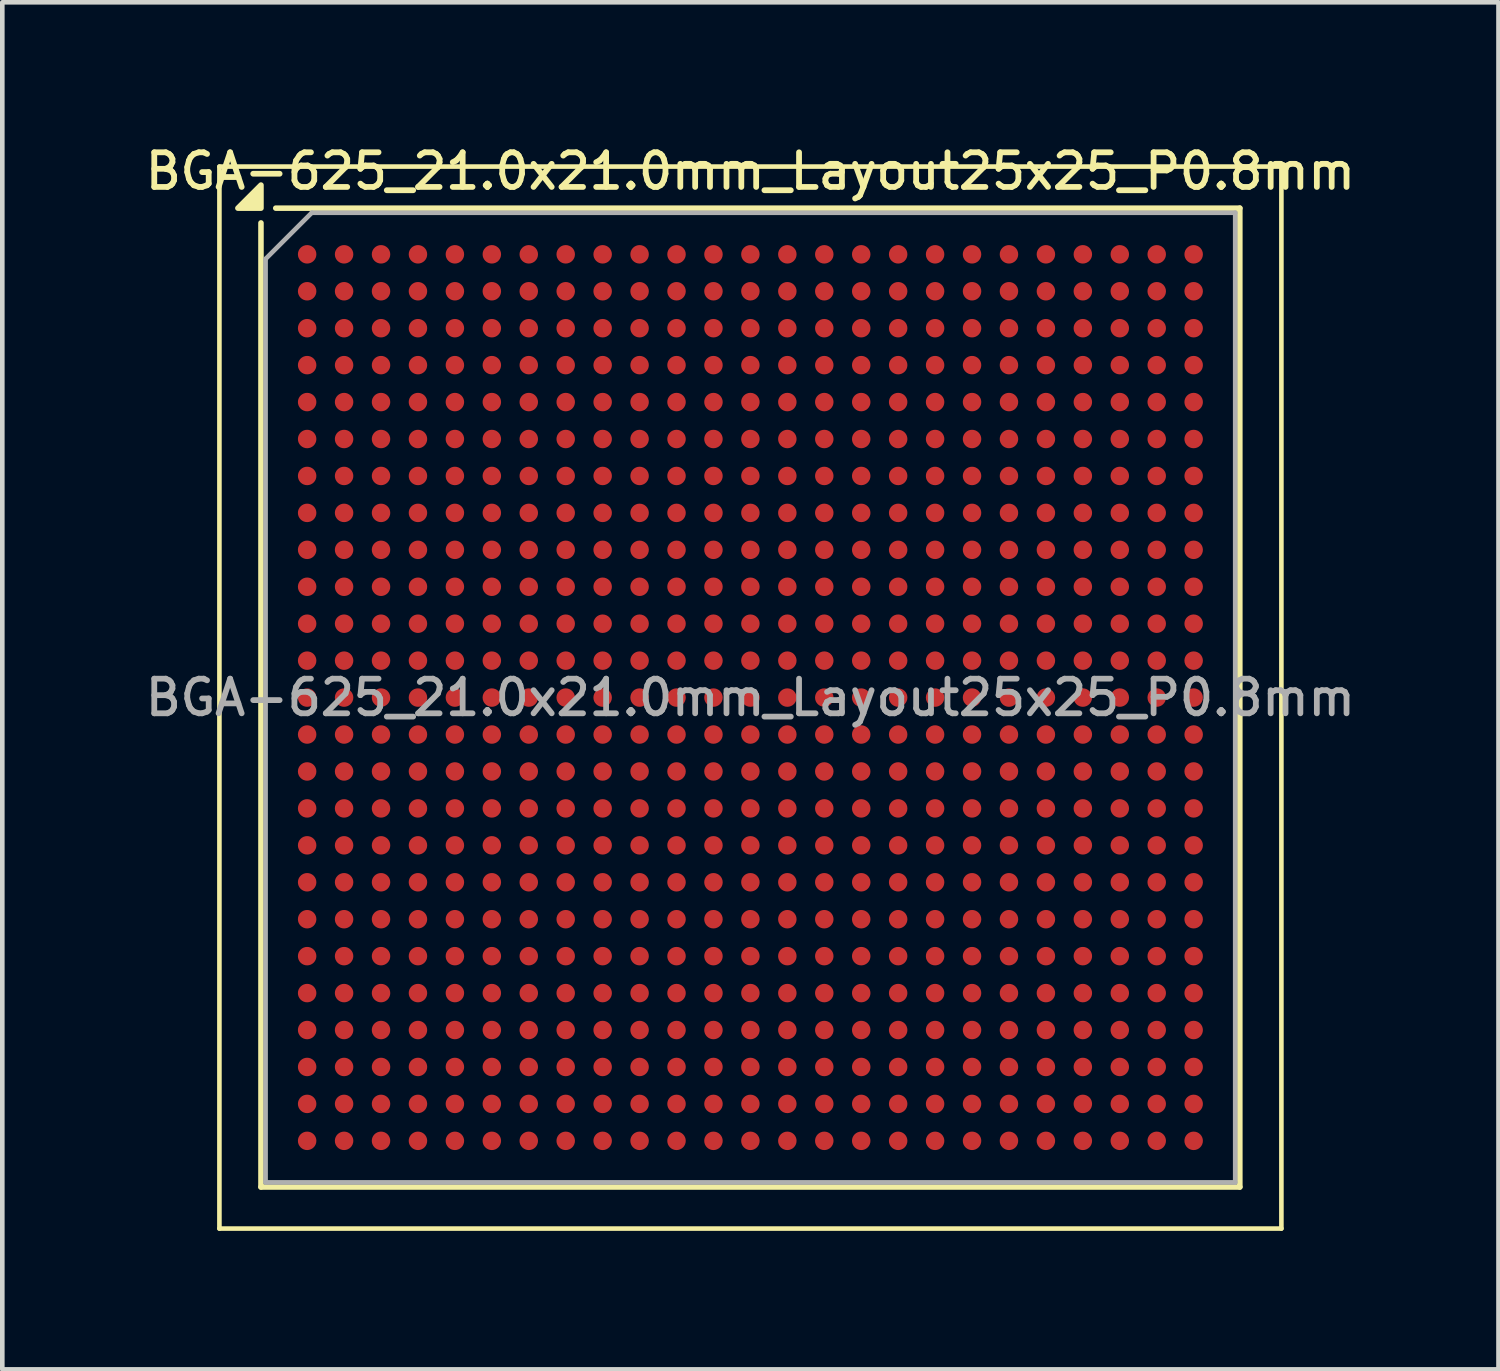
<source format=kicad_pcb>
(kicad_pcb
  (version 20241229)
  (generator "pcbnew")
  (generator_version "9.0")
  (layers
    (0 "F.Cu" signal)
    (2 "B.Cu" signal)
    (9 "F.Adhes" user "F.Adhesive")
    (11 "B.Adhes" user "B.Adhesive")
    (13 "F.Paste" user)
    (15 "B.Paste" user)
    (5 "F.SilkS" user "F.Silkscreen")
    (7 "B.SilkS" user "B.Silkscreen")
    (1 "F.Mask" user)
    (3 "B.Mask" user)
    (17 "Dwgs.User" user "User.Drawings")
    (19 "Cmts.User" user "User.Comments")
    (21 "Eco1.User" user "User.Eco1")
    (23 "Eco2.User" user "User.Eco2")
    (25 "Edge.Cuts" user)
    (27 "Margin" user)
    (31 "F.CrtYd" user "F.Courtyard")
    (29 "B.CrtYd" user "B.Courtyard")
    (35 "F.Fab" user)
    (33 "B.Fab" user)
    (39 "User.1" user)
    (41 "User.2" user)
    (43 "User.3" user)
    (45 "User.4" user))
  (footprint "BGA-625_21.0x21.0mm_Layout25x25_P0.8mm"
    (layer "F.Cu")
    (at 13.202 12.058)
    (property "Reference" "BGA-625_21.0x21.0mm_Layout25x25_P0.8mm" (at 0 -11.4 0) (layer "F.SilkS") (effects (font (size 0.75 0.75) (thickness 0.125))))
    (attr smd)
    (fp_line (start -11.5 -11.5) (end -11.5 11.5) (stroke (width 0.1) (type solid)) (layer "F.SilkS"))
    (fp_line (start -11.5 -11.5) (end 11.5 -11.5) (stroke (width 0.1) (type solid)) (layer "F.SilkS"))
    (fp_line (start -10.6 10.6) (end -10.6 -10.28) (stroke (width 0.12) (type solid)) (layer "F.SilkS"))
    (fp_line (start -10.28 -10.6) (end 10.6 -10.6) (stroke (width 0.12) (type solid)) (layer "F.SilkS"))
    (fp_line (start 10.6 -10.6) (end 10.6 10.6) (stroke (width 0.12) (type solid)) (layer "F.SilkS"))
    (fp_line (start 10.6 10.6) (end -10.6 10.6) (stroke (width 0.12) (type solid)) (layer "F.SilkS"))
    (fp_line (start 11.5 11.5) (end -11.5 11.5) (stroke (width 0.1) (type solid)) (layer "F.SilkS"))
    (fp_line (start 11.5 11.5) (end 11.5 -11.5) (stroke (width 0.1) (type solid)) (layer "F.SilkS"))
    (fp_poly (pts (xy -10.6 -10.6) (xy -11.1 -10.6) (xy -10.6 -11.1) (xy -10.6 -10.6)) (stroke (width 0.12) (type solid)) (fill yes) (layer "F.SilkS"))
    (fp_line (start -10.5 -9.5) (end -9.5 -10.5) (stroke (width 0.1) (type solid)) (layer "F.Fab"))
    (fp_line (start -10.5 10.5) (end -10.5 -9.5) (stroke (width 0.1) (type solid)) (layer "F.Fab"))
    (fp_line (start -9.5 -10.5) (end 10.5 -10.5) (stroke (width 0.1) (type solid)) (layer "F.Fab"))
    (fp_line (start 10.5 -10.5) (end 10.5 10.5) (stroke (width 0.1) (type solid)) (layer "F.Fab"))
    (fp_line (start 10.5 10.5) (end -10.5 10.5) (stroke (width 0.1) (type solid)) (layer "F.Fab"))
    (fp_text user "${REFERENCE}" (at 0 0 0) (layer "F.Fab") (effects (font (size 0.75 0.75) (thickness 0.125))))
    (pad "A1" smd circle (at -9.6 -9.6) (size 0.4 0.4) (property pad_prop_bga) (layers "F.Cu" "F.Mask" "F.Paste"))
    (pad "A2" smd circle (at -8.8 -9.6) (size 0.4 0.4) (property pad_prop_bga) (layers "F.Cu" "F.Mask" "F.Paste"))
    (pad "A3" smd circle (at -8 -9.6) (size 0.4 0.4) (property pad_prop_bga) (layers "F.Cu" "F.Mask" "F.Paste"))
    (pad "A4" smd circle (at -7.2 -9.6) (size 0.4 0.4) (property pad_prop_bga) (layers "F.Cu" "F.Mask" "F.Paste"))
    (pad "A5" smd circle (at -6.4 -9.6) (size 0.4 0.4) (property pad_prop_bga) (layers "F.Cu" "F.Mask" "F.Paste"))
    (pad "A6" smd circle (at -5.6 -9.6) (size 0.4 0.4) (property pad_prop_bga) (layers "F.Cu" "F.Mask" "F.Paste"))
    (pad "A7" smd circle (at -4.8 -9.6) (size 0.4 0.4) (property pad_prop_bga) (layers "F.Cu" "F.Mask" "F.Paste"))
    (pad "A8" smd circle (at -4 -9.6) (size 0.4 0.4) (property pad_prop_bga) (layers "F.Cu" "F.Mask" "F.Paste"))
    (pad "A9" smd circle (at -3.2 -9.6) (size 0.4 0.4) (property pad_prop_bga) (layers "F.Cu" "F.Mask" "F.Paste"))
    (pad "A10" smd circle (at -2.4 -9.6) (size 0.4 0.4) (property pad_prop_bga) (layers "F.Cu" "F.Mask" "F.Paste"))
    (pad "A11" smd circle (at -1.6 -9.6) (size 0.4 0.4) (property pad_prop_bga) (layers "F.Cu" "F.Mask" "F.Paste"))
    (pad "A12" smd circle (at -0.8 -9.6) (size 0.4 0.4) (property pad_prop_bga) (layers "F.Cu" "F.Mask" "F.Paste"))
    (pad "A13" smd circle (at 0 -9.6) (size 0.4 0.4) (property pad_prop_bga) (layers "F.Cu" "F.Mask" "F.Paste"))
    (pad "A14" smd circle (at 0.8 -9.6) (size 0.4 0.4) (property pad_prop_bga) (layers "F.Cu" "F.Mask" "F.Paste"))
    (pad "A15" smd circle (at 1.6 -9.6) (size 0.4 0.4) (property pad_prop_bga) (layers "F.Cu" "F.Mask" "F.Paste"))
    (pad "A16" smd circle (at 2.4 -9.6) (size 0.4 0.4) (property pad_prop_bga) (layers "F.Cu" "F.Mask" "F.Paste"))
    (pad "A17" smd circle (at 3.2 -9.6) (size 0.4 0.4) (property pad_prop_bga) (layers "F.Cu" "F.Mask" "F.Paste"))
    (pad "A18" smd circle (at 4 -9.6) (size 0.4 0.4) (property pad_prop_bga) (layers "F.Cu" "F.Mask" "F.Paste"))
    (pad "A19" smd circle (at 4.8 -9.6) (size 0.4 0.4) (property pad_prop_bga) (layers "F.Cu" "F.Mask" "F.Paste"))
    (pad "A20" smd circle (at 5.6 -9.6) (size 0.4 0.4) (property pad_prop_bga) (layers "F.Cu" "F.Mask" "F.Paste"))
    (pad "A21" smd circle (at 6.4 -9.6) (size 0.4 0.4) (property pad_prop_bga) (layers "F.Cu" "F.Mask" "F.Paste"))
    (pad "A22" smd circle (at 7.2 -9.6) (size 0.4 0.4) (property pad_prop_bga) (layers "F.Cu" "F.Mask" "F.Paste"))
    (pad "A23" smd circle (at 8 -9.6) (size 0.4 0.4) (property pad_prop_bga) (layers "F.Cu" "F.Mask" "F.Paste"))
    (pad "A24" smd circle (at 8.8 -9.6) (size 0.4 0.4) (property pad_prop_bga) (layers "F.Cu" "F.Mask" "F.Paste"))
    (pad "A25" smd circle (at 9.6 -9.6) (size 0.4 0.4) (property pad_prop_bga) (layers "F.Cu" "F.Mask" "F.Paste"))
    (pad "AA1" smd circle (at -9.6 6.4) (size 0.4 0.4) (property pad_prop_bga) (layers "F.Cu" "F.Mask" "F.Paste"))
    (pad "AA2" smd circle (at -8.8 6.4) (size 0.4 0.4) (property pad_prop_bga) (layers "F.Cu" "F.Mask" "F.Paste"))
    (pad "AA3" smd circle (at -8 6.4) (size 0.4 0.4) (property pad_prop_bga) (layers "F.Cu" "F.Mask" "F.Paste"))
    (pad "AA4" smd circle (at -7.2 6.4) (size 0.4 0.4) (property pad_prop_bga) (layers "F.Cu" "F.Mask" "F.Paste"))
    (pad "AA5" smd circle (at -6.4 6.4) (size 0.4 0.4) (property pad_prop_bga) (layers "F.Cu" "F.Mask" "F.Paste"))
    (pad "AA6" smd circle (at -5.6 6.4) (size 0.4 0.4) (property pad_prop_bga) (layers "F.Cu" "F.Mask" "F.Paste"))
    (pad "AA7" smd circle (at -4.8 6.4) (size 0.4 0.4) (property pad_prop_bga) (layers "F.Cu" "F.Mask" "F.Paste"))
    (pad "AA8" smd circle (at -4 6.4) (size 0.4 0.4) (property pad_prop_bga) (layers "F.Cu" "F.Mask" "F.Paste"))
    (pad "AA9" smd circle (at -3.2 6.4) (size 0.4 0.4) (property pad_prop_bga) (layers "F.Cu" "F.Mask" "F.Paste"))
    (pad "AA10" smd circle (at -2.4 6.4) (size 0.4 0.4) (property pad_prop_bga) (layers "F.Cu" "F.Mask" "F.Paste"))
    (pad "AA11" smd circle (at -1.6 6.4) (size 0.4 0.4) (property pad_prop_bga) (layers "F.Cu" "F.Mask" "F.Paste"))
    (pad "AA12" smd circle (at -0.8 6.4) (size 0.4 0.4) (property pad_prop_bga) (layers "F.Cu" "F.Mask" "F.Paste"))
    (pad "AA13" smd circle (at 0 6.4) (size 0.4 0.4) (property pad_prop_bga) (layers "F.Cu" "F.Mask" "F.Paste"))
    (pad "AA14" smd circle (at 0.8 6.4) (size 0.4 0.4) (property pad_prop_bga) (layers "F.Cu" "F.Mask" "F.Paste"))
    (pad "AA15" smd circle (at 1.6 6.4) (size 0.4 0.4) (property pad_prop_bga) (layers "F.Cu" "F.Mask" "F.Paste"))
    (pad "AA16" smd circle (at 2.4 6.4) (size 0.4 0.4) (property pad_prop_bga) (layers "F.Cu" "F.Mask" "F.Paste"))
    (pad "AA17" smd circle (at 3.2 6.4) (size 0.4 0.4) (property pad_prop_bga) (layers "F.Cu" "F.Mask" "F.Paste"))
    (pad "AA18" smd circle (at 4 6.4) (size 0.4 0.4) (property pad_prop_bga) (layers "F.Cu" "F.Mask" "F.Paste"))
    (pad "AA19" smd circle (at 4.8 6.4) (size 0.4 0.4) (property pad_prop_bga) (layers "F.Cu" "F.Mask" "F.Paste"))
    (pad "AA20" smd circle (at 5.6 6.4) (size 0.4 0.4) (property pad_prop_bga) (layers "F.Cu" "F.Mask" "F.Paste"))
    (pad "AA21" smd circle (at 6.4 6.4) (size 0.4 0.4) (property pad_prop_bga) (layers "F.Cu" "F.Mask" "F.Paste"))
    (pad "AA22" smd circle (at 7.2 6.4) (size 0.4 0.4) (property pad_prop_bga) (layers "F.Cu" "F.Mask" "F.Paste"))
    (pad "AA23" smd circle (at 8 6.4) (size 0.4 0.4) (property pad_prop_bga) (layers "F.Cu" "F.Mask" "F.Paste"))
    (pad "AA24" smd circle (at 8.8 6.4) (size 0.4 0.4) (property pad_prop_bga) (layers "F.Cu" "F.Mask" "F.Paste"))
    (pad "AA25" smd circle (at 9.6 6.4) (size 0.4 0.4) (property pad_prop_bga) (layers "F.Cu" "F.Mask" "F.Paste"))
    (pad "AB1" smd circle (at -9.6 7.2) (size 0.4 0.4) (property pad_prop_bga) (layers "F.Cu" "F.Mask" "F.Paste"))
    (pad "AB2" smd circle (at -8.8 7.2) (size 0.4 0.4) (property pad_prop_bga) (layers "F.Cu" "F.Mask" "F.Paste"))
    (pad "AB3" smd circle (at -8 7.2) (size 0.4 0.4) (property pad_prop_bga) (layers "F.Cu" "F.Mask" "F.Paste"))
    (pad "AB4" smd circle (at -7.2 7.2) (size 0.4 0.4) (property pad_prop_bga) (layers "F.Cu" "F.Mask" "F.Paste"))
    (pad "AB5" smd circle (at -6.4 7.2) (size 0.4 0.4) (property pad_prop_bga) (layers "F.Cu" "F.Mask" "F.Paste"))
    (pad "AB6" smd circle (at -5.6 7.2) (size 0.4 0.4) (property pad_prop_bga) (layers "F.Cu" "F.Mask" "F.Paste"))
    (pad "AB7" smd circle (at -4.8 7.2) (size 0.4 0.4) (property pad_prop_bga) (layers "F.Cu" "F.Mask" "F.Paste"))
    (pad "AB8" smd circle (at -4 7.2) (size 0.4 0.4) (property pad_prop_bga) (layers "F.Cu" "F.Mask" "F.Paste"))
    (pad "AB9" smd circle (at -3.2 7.2) (size 0.4 0.4) (property pad_prop_bga) (layers "F.Cu" "F.Mask" "F.Paste"))
    (pad "AB10" smd circle (at -2.4 7.2) (size 0.4 0.4) (property pad_prop_bga) (layers "F.Cu" "F.Mask" "F.Paste"))
    (pad "AB11" smd circle (at -1.6 7.2) (size 0.4 0.4) (property pad_prop_bga) (layers "F.Cu" "F.Mask" "F.Paste"))
    (pad "AB12" smd circle (at -0.8 7.2) (size 0.4 0.4) (property pad_prop_bga) (layers "F.Cu" "F.Mask" "F.Paste"))
    (pad "AB13" smd circle (at 0 7.2) (size 0.4 0.4) (property pad_prop_bga) (layers "F.Cu" "F.Mask" "F.Paste"))
    (pad "AB14" smd circle (at 0.8 7.2) (size 0.4 0.4) (property pad_prop_bga) (layers "F.Cu" "F.Mask" "F.Paste"))
    (pad "AB15" smd circle (at 1.6 7.2) (size 0.4 0.4) (property pad_prop_bga) (layers "F.Cu" "F.Mask" "F.Paste"))
    (pad "AB16" smd circle (at 2.4 7.2) (size 0.4 0.4) (property pad_prop_bga) (layers "F.Cu" "F.Mask" "F.Paste"))
    (pad "AB17" smd circle (at 3.2 7.2) (size 0.4 0.4) (property pad_prop_bga) (layers "F.Cu" "F.Mask" "F.Paste"))
    (pad "AB18" smd circle (at 4 7.2) (size 0.4 0.4) (property pad_prop_bga) (layers "F.Cu" "F.Mask" "F.Paste"))
    (pad "AB19" smd circle (at 4.8 7.2) (size 0.4 0.4) (property pad_prop_bga) (layers "F.Cu" "F.Mask" "F.Paste"))
    (pad "AB20" smd circle (at 5.6 7.2) (size 0.4 0.4) (property pad_prop_bga) (layers "F.Cu" "F.Mask" "F.Paste"))
    (pad "AB21" smd circle (at 6.4 7.2) (size 0.4 0.4) (property pad_prop_bga) (layers "F.Cu" "F.Mask" "F.Paste"))
    (pad "AB22" smd circle (at 7.2 7.2) (size 0.4 0.4) (property pad_prop_bga) (layers "F.Cu" "F.Mask" "F.Paste"))
    (pad "AB23" smd circle (at 8 7.2) (size 0.4 0.4) (property pad_prop_bga) (layers "F.Cu" "F.Mask" "F.Paste"))
    (pad "AB24" smd circle (at 8.8 7.2) (size 0.4 0.4) (property pad_prop_bga) (layers "F.Cu" "F.Mask" "F.Paste"))
    (pad "AB25" smd circle (at 9.6 7.2) (size 0.4 0.4) (property pad_prop_bga) (layers "F.Cu" "F.Mask" "F.Paste"))
    (pad "AC1" smd circle (at -9.6 8) (size 0.4 0.4) (property pad_prop_bga) (layers "F.Cu" "F.Mask" "F.Paste"))
    (pad "AC2" smd circle (at -8.8 8) (size 0.4 0.4) (property pad_prop_bga) (layers "F.Cu" "F.Mask" "F.Paste"))
    (pad "AC3" smd circle (at -8 8) (size 0.4 0.4) (property pad_prop_bga) (layers "F.Cu" "F.Mask" "F.Paste"))
    (pad "AC4" smd circle (at -7.2 8) (size 0.4 0.4) (property pad_prop_bga) (layers "F.Cu" "F.Mask" "F.Paste"))
    (pad "AC5" smd circle (at -6.4 8) (size 0.4 0.4) (property pad_prop_bga) (layers "F.Cu" "F.Mask" "F.Paste"))
    (pad "AC6" smd circle (at -5.6 8) (size 0.4 0.4) (property pad_prop_bga) (layers "F.Cu" "F.Mask" "F.Paste"))
    (pad "AC7" smd circle (at -4.8 8) (size 0.4 0.4) (property pad_prop_bga) (layers "F.Cu" "F.Mask" "F.Paste"))
    (pad "AC8" smd circle (at -4 8) (size 0.4 0.4) (property pad_prop_bga) (layers "F.Cu" "F.Mask" "F.Paste"))
    (pad "AC9" smd circle (at -3.2 8) (size 0.4 0.4) (property pad_prop_bga) (layers "F.Cu" "F.Mask" "F.Paste"))
    (pad "AC10" smd circle (at -2.4 8) (size 0.4 0.4) (property pad_prop_bga) (layers "F.Cu" "F.Mask" "F.Paste"))
    (pad "AC11" smd circle (at -1.6 8) (size 0.4 0.4) (property pad_prop_bga) (layers "F.Cu" "F.Mask" "F.Paste"))
    (pad "AC12" smd circle (at -0.8 8) (size 0.4 0.4) (property pad_prop_bga) (layers "F.Cu" "F.Mask" "F.Paste"))
    (pad "AC13" smd circle (at 0 8) (size 0.4 0.4) (property pad_prop_bga) (layers "F.Cu" "F.Mask" "F.Paste"))
    (pad "AC14" smd circle (at 0.8 8) (size 0.4 0.4) (property pad_prop_bga) (layers "F.Cu" "F.Mask" "F.Paste"))
    (pad "AC15" smd circle (at 1.6 8) (size 0.4 0.4) (property pad_prop_bga) (layers "F.Cu" "F.Mask" "F.Paste"))
    (pad "AC16" smd circle (at 2.4 8) (size 0.4 0.4) (property pad_prop_bga) (layers "F.Cu" "F.Mask" "F.Paste"))
    (pad "AC17" smd circle (at 3.2 8) (size 0.4 0.4) (property pad_prop_bga) (layers "F.Cu" "F.Mask" "F.Paste"))
    (pad "AC18" smd circle (at 4 8) (size 0.4 0.4) (property pad_prop_bga) (layers "F.Cu" "F.Mask" "F.Paste"))
    (pad "AC19" smd circle (at 4.8 8) (size 0.4 0.4) (property pad_prop_bga) (layers "F.Cu" "F.Mask" "F.Paste"))
    (pad "AC20" smd circle (at 5.6 8) (size 0.4 0.4) (property pad_prop_bga) (layers "F.Cu" "F.Mask" "F.Paste"))
    (pad "AC21" smd circle (at 6.4 8) (size 0.4 0.4) (property pad_prop_bga) (layers "F.Cu" "F.Mask" "F.Paste"))
    (pad "AC22" smd circle (at 7.2 8) (size 0.4 0.4) (property pad_prop_bga) (layers "F.Cu" "F.Mask" "F.Paste"))
    (pad "AC23" smd circle (at 8 8) (size 0.4 0.4) (property pad_prop_bga) (layers "F.Cu" "F.Mask" "F.Paste"))
    (pad "AC24" smd circle (at 8.8 8) (size 0.4 0.4) (property pad_prop_bga) (layers "F.Cu" "F.Mask" "F.Paste"))
    (pad "AC25" smd circle (at 9.6 8) (size 0.4 0.4) (property pad_prop_bga) (layers "F.Cu" "F.Mask" "F.Paste"))
    (pad "AD1" smd circle (at -9.6 8.8) (size 0.4 0.4) (property pad_prop_bga) (layers "F.Cu" "F.Mask" "F.Paste"))
    (pad "AD2" smd circle (at -8.8 8.8) (size 0.4 0.4) (property pad_prop_bga) (layers "F.Cu" "F.Mask" "F.Paste"))
    (pad "AD3" smd circle (at -8 8.8) (size 0.4 0.4) (property pad_prop_bga) (layers "F.Cu" "F.Mask" "F.Paste"))
    (pad "AD4" smd circle (at -7.2 8.8) (size 0.4 0.4) (property pad_prop_bga) (layers "F.Cu" "F.Mask" "F.Paste"))
    (pad "AD5" smd circle (at -6.4 8.8) (size 0.4 0.4) (property pad_prop_bga) (layers "F.Cu" "F.Mask" "F.Paste"))
    (pad "AD6" smd circle (at -5.6 8.8) (size 0.4 0.4) (property pad_prop_bga) (layers "F.Cu" "F.Mask" "F.Paste"))
    (pad "AD7" smd circle (at -4.8 8.8) (size 0.4 0.4) (property pad_prop_bga) (layers "F.Cu" "F.Mask" "F.Paste"))
    (pad "AD8" smd circle (at -4 8.8) (size 0.4 0.4) (property pad_prop_bga) (layers "F.Cu" "F.Mask" "F.Paste"))
    (pad "AD9" smd circle (at -3.2 8.8) (size 0.4 0.4) (property pad_prop_bga) (layers "F.Cu" "F.Mask" "F.Paste"))
    (pad "AD10" smd circle (at -2.4 8.8) (size 0.4 0.4) (property pad_prop_bga) (layers "F.Cu" "F.Mask" "F.Paste"))
    (pad "AD11" smd circle (at -1.6 8.8) (size 0.4 0.4) (property pad_prop_bga) (layers "F.Cu" "F.Mask" "F.Paste"))
    (pad "AD12" smd circle (at -0.8 8.8) (size 0.4 0.4) (property pad_prop_bga) (layers "F.Cu" "F.Mask" "F.Paste"))
    (pad "AD13" smd circle (at 0 8.8) (size 0.4 0.4) (property pad_prop_bga) (layers "F.Cu" "F.Mask" "F.Paste"))
    (pad "AD14" smd circle (at 0.8 8.8) (size 0.4 0.4) (property pad_prop_bga) (layers "F.Cu" "F.Mask" "F.Paste"))
    (pad "AD15" smd circle (at 1.6 8.8) (size 0.4 0.4) (property pad_prop_bga) (layers "F.Cu" "F.Mask" "F.Paste"))
    (pad "AD16" smd circle (at 2.4 8.8) (size 0.4 0.4) (property pad_prop_bga) (layers "F.Cu" "F.Mask" "F.Paste"))
    (pad "AD17" smd circle (at 3.2 8.8) (size 0.4 0.4) (property pad_prop_bga) (layers "F.Cu" "F.Mask" "F.Paste"))
    (pad "AD18" smd circle (at 4 8.8) (size 0.4 0.4) (property pad_prop_bga) (layers "F.Cu" "F.Mask" "F.Paste"))
    (pad "AD19" smd circle (at 4.8 8.8) (size 0.4 0.4) (property pad_prop_bga) (layers "F.Cu" "F.Mask" "F.Paste"))
    (pad "AD20" smd circle (at 5.6 8.8) (size 0.4 0.4) (property pad_prop_bga) (layers "F.Cu" "F.Mask" "F.Paste"))
    (pad "AD21" smd circle (at 6.4 8.8) (size 0.4 0.4) (property pad_prop_bga) (layers "F.Cu" "F.Mask" "F.Paste"))
    (pad "AD22" smd circle (at 7.2 8.8) (size 0.4 0.4) (property pad_prop_bga) (layers "F.Cu" "F.Mask" "F.Paste"))
    (pad "AD23" smd circle (at 8 8.8) (size 0.4 0.4) (property pad_prop_bga) (layers "F.Cu" "F.Mask" "F.Paste"))
    (pad "AD24" smd circle (at 8.8 8.8) (size 0.4 0.4) (property pad_prop_bga) (layers "F.Cu" "F.Mask" "F.Paste"))
    (pad "AD25" smd circle (at 9.6 8.8) (size 0.4 0.4) (property pad_prop_bga) (layers "F.Cu" "F.Mask" "F.Paste"))
    (pad "AE1" smd circle (at -9.6 9.6) (size 0.4 0.4) (property pad_prop_bga) (layers "F.Cu" "F.Mask" "F.Paste"))
    (pad "AE2" smd circle (at -8.8 9.6) (size 0.4 0.4) (property pad_prop_bga) (layers "F.Cu" "F.Mask" "F.Paste"))
    (pad "AE3" smd circle (at -8 9.6) (size 0.4 0.4) (property pad_prop_bga) (layers "F.Cu" "F.Mask" "F.Paste"))
    (pad "AE4" smd circle (at -7.2 9.6) (size 0.4 0.4) (property pad_prop_bga) (layers "F.Cu" "F.Mask" "F.Paste"))
    (pad "AE5" smd circle (at -6.4 9.6) (size 0.4 0.4) (property pad_prop_bga) (layers "F.Cu" "F.Mask" "F.Paste"))
    (pad "AE6" smd circle (at -5.6 9.6) (size 0.4 0.4) (property pad_prop_bga) (layers "F.Cu" "F.Mask" "F.Paste"))
    (pad "AE7" smd circle (at -4.8 9.6) (size 0.4 0.4) (property pad_prop_bga) (layers "F.Cu" "F.Mask" "F.Paste"))
    (pad "AE8" smd circle (at -4 9.6) (size 0.4 0.4) (property pad_prop_bga) (layers "F.Cu" "F.Mask" "F.Paste"))
    (pad "AE9" smd circle (at -3.2 9.6) (size 0.4 0.4) (property pad_prop_bga) (layers "F.Cu" "F.Mask" "F.Paste"))
    (pad "AE10" smd circle (at -2.4 9.6) (size 0.4 0.4) (property pad_prop_bga) (layers "F.Cu" "F.Mask" "F.Paste"))
    (pad "AE11" smd circle (at -1.6 9.6) (size 0.4 0.4) (property pad_prop_bga) (layers "F.Cu" "F.Mask" "F.Paste"))
    (pad "AE12" smd circle (at -0.8 9.6) (size 0.4 0.4) (property pad_prop_bga) (layers "F.Cu" "F.Mask" "F.Paste"))
    (pad "AE13" smd circle (at 0 9.6) (size 0.4 0.4) (property pad_prop_bga) (layers "F.Cu" "F.Mask" "F.Paste"))
    (pad "AE14" smd circle (at 0.8 9.6) (size 0.4 0.4) (property pad_prop_bga) (layers "F.Cu" "F.Mask" "F.Paste"))
    (pad "AE15" smd circle (at 1.6 9.6) (size 0.4 0.4) (property pad_prop_bga) (layers "F.Cu" "F.Mask" "F.Paste"))
    (pad "AE16" smd circle (at 2.4 9.6) (size 0.4 0.4) (property pad_prop_bga) (layers "F.Cu" "F.Mask" "F.Paste"))
    (pad "AE17" smd circle (at 3.2 9.6) (size 0.4 0.4) (property pad_prop_bga) (layers "F.Cu" "F.Mask" "F.Paste"))
    (pad "AE18" smd circle (at 4 9.6) (size 0.4 0.4) (property pad_prop_bga) (layers "F.Cu" "F.Mask" "F.Paste"))
    (pad "AE19" smd circle (at 4.8 9.6) (size 0.4 0.4) (property pad_prop_bga) (layers "F.Cu" "F.Mask" "F.Paste"))
    (pad "AE20" smd circle (at 5.6 9.6) (size 0.4 0.4) (property pad_prop_bga) (layers "F.Cu" "F.Mask" "F.Paste"))
    (pad "AE21" smd circle (at 6.4 9.6) (size 0.4 0.4) (property pad_prop_bga) (layers "F.Cu" "F.Mask" "F.Paste"))
    (pad "AE22" smd circle (at 7.2 9.6) (size 0.4 0.4) (property pad_prop_bga) (layers "F.Cu" "F.Mask" "F.Paste"))
    (pad "AE23" smd circle (at 8 9.6) (size 0.4 0.4) (property pad_prop_bga) (layers "F.Cu" "F.Mask" "F.Paste"))
    (pad "AE24" smd circle (at 8.8 9.6) (size 0.4 0.4) (property pad_prop_bga) (layers "F.Cu" "F.Mask" "F.Paste"))
    (pad "AE25" smd circle (at 9.6 9.6) (size 0.4 0.4) (property pad_prop_bga) (layers "F.Cu" "F.Mask" "F.Paste"))
    (pad "B1" smd circle (at -9.6 -8.8) (size 0.4 0.4) (property pad_prop_bga) (layers "F.Cu" "F.Mask" "F.Paste"))
    (pad "B2" smd circle (at -8.8 -8.8) (size 0.4 0.4) (property pad_prop_bga) (layers "F.Cu" "F.Mask" "F.Paste"))
    (pad "B3" smd circle (at -8 -8.8) (size 0.4 0.4) (property pad_prop_bga) (layers "F.Cu" "F.Mask" "F.Paste"))
    (pad "B4" smd circle (at -7.2 -8.8) (size 0.4 0.4) (property pad_prop_bga) (layers "F.Cu" "F.Mask" "F.Paste"))
    (pad "B5" smd circle (at -6.4 -8.8) (size 0.4 0.4) (property pad_prop_bga) (layers "F.Cu" "F.Mask" "F.Paste"))
    (pad "B6" smd circle (at -5.6 -8.8) (size 0.4 0.4) (property pad_prop_bga) (layers "F.Cu" "F.Mask" "F.Paste"))
    (pad "B7" smd circle (at -4.8 -8.8) (size 0.4 0.4) (property pad_prop_bga) (layers "F.Cu" "F.Mask" "F.Paste"))
    (pad "B8" smd circle (at -4 -8.8) (size 0.4 0.4) (property pad_prop_bga) (layers "F.Cu" "F.Mask" "F.Paste"))
    (pad "B9" smd circle (at -3.2 -8.8) (size 0.4 0.4) (property pad_prop_bga) (layers "F.Cu" "F.Mask" "F.Paste"))
    (pad "B10" smd circle (at -2.4 -8.8) (size 0.4 0.4) (property pad_prop_bga) (layers "F.Cu" "F.Mask" "F.Paste"))
    (pad "B11" smd circle (at -1.6 -8.8) (size 0.4 0.4) (property pad_prop_bga) (layers "F.Cu" "F.Mask" "F.Paste"))
    (pad "B12" smd circle (at -0.8 -8.8) (size 0.4 0.4) (property pad_prop_bga) (layers "F.Cu" "F.Mask" "F.Paste"))
    (pad "B13" smd circle (at 0 -8.8) (size 0.4 0.4) (property pad_prop_bga) (layers "F.Cu" "F.Mask" "F.Paste"))
    (pad "B14" smd circle (at 0.8 -8.8) (size 0.4 0.4) (property pad_prop_bga) (layers "F.Cu" "F.Mask" "F.Paste"))
    (pad "B15" smd circle (at 1.6 -8.8) (size 0.4 0.4) (property pad_prop_bga) (layers "F.Cu" "F.Mask" "F.Paste"))
    (pad "B16" smd circle (at 2.4 -8.8) (size 0.4 0.4) (property pad_prop_bga) (layers "F.Cu" "F.Mask" "F.Paste"))
    (pad "B17" smd circle (at 3.2 -8.8) (size 0.4 0.4) (property pad_prop_bga) (layers "F.Cu" "F.Mask" "F.Paste"))
    (pad "B18" smd circle (at 4 -8.8) (size 0.4 0.4) (property pad_prop_bga) (layers "F.Cu" "F.Mask" "F.Paste"))
    (pad "B19" smd circle (at 4.8 -8.8) (size 0.4 0.4) (property pad_prop_bga) (layers "F.Cu" "F.Mask" "F.Paste"))
    (pad "B20" smd circle (at 5.6 -8.8) (size 0.4 0.4) (property pad_prop_bga) (layers "F.Cu" "F.Mask" "F.Paste"))
    (pad "B21" smd circle (at 6.4 -8.8) (size 0.4 0.4) (property pad_prop_bga) (layers "F.Cu" "F.Mask" "F.Paste"))
    (pad "B22" smd circle (at 7.2 -8.8) (size 0.4 0.4) (property pad_prop_bga) (layers "F.Cu" "F.Mask" "F.Paste"))
    (pad "B23" smd circle (at 8 -8.8) (size 0.4 0.4) (property pad_prop_bga) (layers "F.Cu" "F.Mask" "F.Paste"))
    (pad "B24" smd circle (at 8.8 -8.8) (size 0.4 0.4) (property pad_prop_bga) (layers "F.Cu" "F.Mask" "F.Paste"))
    (pad "B25" smd circle (at 9.6 -8.8) (size 0.4 0.4) (property pad_prop_bga) (layers "F.Cu" "F.Mask" "F.Paste"))
    (pad "C1" smd circle (at -9.6 -8) (size 0.4 0.4) (property pad_prop_bga) (layers "F.Cu" "F.Mask" "F.Paste"))
    (pad "C2" smd circle (at -8.8 -8) (size 0.4 0.4) (property pad_prop_bga) (layers "F.Cu" "F.Mask" "F.Paste"))
    (pad "C3" smd circle (at -8 -8) (size 0.4 0.4) (property pad_prop_bga) (layers "F.Cu" "F.Mask" "F.Paste"))
    (pad "C4" smd circle (at -7.2 -8) (size 0.4 0.4) (property pad_prop_bga) (layers "F.Cu" "F.Mask" "F.Paste"))
    (pad "C5" smd circle (at -6.4 -8) (size 0.4 0.4) (property pad_prop_bga) (layers "F.Cu" "F.Mask" "F.Paste"))
    (pad "C6" smd circle (at -5.6 -8) (size 0.4 0.4) (property pad_prop_bga) (layers "F.Cu" "F.Mask" "F.Paste"))
    (pad "C7" smd circle (at -4.8 -8) (size 0.4 0.4) (property pad_prop_bga) (layers "F.Cu" "F.Mask" "F.Paste"))
    (pad "C8" smd circle (at -4 -8) (size 0.4 0.4) (property pad_prop_bga) (layers "F.Cu" "F.Mask" "F.Paste"))
    (pad "C9" smd circle (at -3.2 -8) (size 0.4 0.4) (property pad_prop_bga) (layers "F.Cu" "F.Mask" "F.Paste"))
    (pad "C10" smd circle (at -2.4 -8) (size 0.4 0.4) (property pad_prop_bga) (layers "F.Cu" "F.Mask" "F.Paste"))
    (pad "C11" smd circle (at -1.6 -8) (size 0.4 0.4) (property pad_prop_bga) (layers "F.Cu" "F.Mask" "F.Paste"))
    (pad "C12" smd circle (at -0.8 -8) (size 0.4 0.4) (property pad_prop_bga) (layers "F.Cu" "F.Mask" "F.Paste"))
    (pad "C13" smd circle (at 0 -8) (size 0.4 0.4) (property pad_prop_bga) (layers "F.Cu" "F.Mask" "F.Paste"))
    (pad "C14" smd circle (at 0.8 -8) (size 0.4 0.4) (property pad_prop_bga) (layers "F.Cu" "F.Mask" "F.Paste"))
    (pad "C15" smd circle (at 1.6 -8) (size 0.4 0.4) (property pad_prop_bga) (layers "F.Cu" "F.Mask" "F.Paste"))
    (pad "C16" smd circle (at 2.4 -8) (size 0.4 0.4) (property pad_prop_bga) (layers "F.Cu" "F.Mask" "F.Paste"))
    (pad "C17" smd circle (at 3.2 -8) (size 0.4 0.4) (property pad_prop_bga) (layers "F.Cu" "F.Mask" "F.Paste"))
    (pad "C18" smd circle (at 4 -8) (size 0.4 0.4) (property pad_prop_bga) (layers "F.Cu" "F.Mask" "F.Paste"))
    (pad "C19" smd circle (at 4.8 -8) (size 0.4 0.4) (property pad_prop_bga) (layers "F.Cu" "F.Mask" "F.Paste"))
    (pad "C20" smd circle (at 5.6 -8) (size 0.4 0.4) (property pad_prop_bga) (layers "F.Cu" "F.Mask" "F.Paste"))
    (pad "C21" smd circle (at 6.4 -8) (size 0.4 0.4) (property pad_prop_bga) (layers "F.Cu" "F.Mask" "F.Paste"))
    (pad "C22" smd circle (at 7.2 -8) (size 0.4 0.4) (property pad_prop_bga) (layers "F.Cu" "F.Mask" "F.Paste"))
    (pad "C23" smd circle (at 8 -8) (size 0.4 0.4) (property pad_prop_bga) (layers "F.Cu" "F.Mask" "F.Paste"))
    (pad "C24" smd circle (at 8.8 -8) (size 0.4 0.4) (property pad_prop_bga) (layers "F.Cu" "F.Mask" "F.Paste"))
    (pad "C25" smd circle (at 9.6 -8) (size 0.4 0.4) (property pad_prop_bga) (layers "F.Cu" "F.Mask" "F.Paste"))
    (pad "D1" smd circle (at -9.6 -7.2) (size 0.4 0.4) (property pad_prop_bga) (layers "F.Cu" "F.Mask" "F.Paste"))
    (pad "D2" smd circle (at -8.8 -7.2) (size 0.4 0.4) (property pad_prop_bga) (layers "F.Cu" "F.Mask" "F.Paste"))
    (pad "D3" smd circle (at -8 -7.2) (size 0.4 0.4) (property pad_prop_bga) (layers "F.Cu" "F.Mask" "F.Paste"))
    (pad "D4" smd circle (at -7.2 -7.2) (size 0.4 0.4) (property pad_prop_bga) (layers "F.Cu" "F.Mask" "F.Paste"))
    (pad "D5" smd circle (at -6.4 -7.2) (size 0.4 0.4) (property pad_prop_bga) (layers "F.Cu" "F.Mask" "F.Paste"))
    (pad "D6" smd circle (at -5.6 -7.2) (size 0.4 0.4) (property pad_prop_bga) (layers "F.Cu" "F.Mask" "F.Paste"))
    (pad "D7" smd circle (at -4.8 -7.2) (size 0.4 0.4) (property pad_prop_bga) (layers "F.Cu" "F.Mask" "F.Paste"))
    (pad "D8" smd circle (at -4 -7.2) (size 0.4 0.4) (property pad_prop_bga) (layers "F.Cu" "F.Mask" "F.Paste"))
    (pad "D9" smd circle (at -3.2 -7.2) (size 0.4 0.4) (property pad_prop_bga) (layers "F.Cu" "F.Mask" "F.Paste"))
    (pad "D10" smd circle (at -2.4 -7.2) (size 0.4 0.4) (property pad_prop_bga) (layers "F.Cu" "F.Mask" "F.Paste"))
    (pad "D11" smd circle (at -1.6 -7.2) (size 0.4 0.4) (property pad_prop_bga) (layers "F.Cu" "F.Mask" "F.Paste"))
    (pad "D12" smd circle (at -0.8 -7.2) (size 0.4 0.4) (property pad_prop_bga) (layers "F.Cu" "F.Mask" "F.Paste"))
    (pad "D13" smd circle (at 0 -7.2) (size 0.4 0.4) (property pad_prop_bga) (layers "F.Cu" "F.Mask" "F.Paste"))
    (pad "D14" smd circle (at 0.8 -7.2) (size 0.4 0.4) (property pad_prop_bga) (layers "F.Cu" "F.Mask" "F.Paste"))
    (pad "D15" smd circle (at 1.6 -7.2) (size 0.4 0.4) (property pad_prop_bga) (layers "F.Cu" "F.Mask" "F.Paste"))
    (pad "D16" smd circle (at 2.4 -7.2) (size 0.4 0.4) (property pad_prop_bga) (layers "F.Cu" "F.Mask" "F.Paste"))
    (pad "D17" smd circle (at 3.2 -7.2) (size 0.4 0.4) (property pad_prop_bga) (layers "F.Cu" "F.Mask" "F.Paste"))
    (pad "D18" smd circle (at 4 -7.2) (size 0.4 0.4) (property pad_prop_bga) (layers "F.Cu" "F.Mask" "F.Paste"))
    (pad "D19" smd circle (at 4.8 -7.2) (size 0.4 0.4) (property pad_prop_bga) (layers "F.Cu" "F.Mask" "F.Paste"))
    (pad "D20" smd circle (at 5.6 -7.2) (size 0.4 0.4) (property pad_prop_bga) (layers "F.Cu" "F.Mask" "F.Paste"))
    (pad "D21" smd circle (at 6.4 -7.2) (size 0.4 0.4) (property pad_prop_bga) (layers "F.Cu" "F.Mask" "F.Paste"))
    (pad "D22" smd circle (at 7.2 -7.2) (size 0.4 0.4) (property pad_prop_bga) (layers "F.Cu" "F.Mask" "F.Paste"))
    (pad "D23" smd circle (at 8 -7.2) (size 0.4 0.4) (property pad_prop_bga) (layers "F.Cu" "F.Mask" "F.Paste"))
    (pad "D24" smd circle (at 8.8 -7.2) (size 0.4 0.4) (property pad_prop_bga) (layers "F.Cu" "F.Mask" "F.Paste"))
    (pad "D25" smd circle (at 9.6 -7.2) (size 0.4 0.4) (property pad_prop_bga) (layers "F.Cu" "F.Mask" "F.Paste"))
    (pad "E1" smd circle (at -9.6 -6.4) (size 0.4 0.4) (property pad_prop_bga) (layers "F.Cu" "F.Mask" "F.Paste"))
    (pad "E2" smd circle (at -8.8 -6.4) (size 0.4 0.4) (property pad_prop_bga) (layers "F.Cu" "F.Mask" "F.Paste"))
    (pad "E3" smd circle (at -8 -6.4) (size 0.4 0.4) (property pad_prop_bga) (layers "F.Cu" "F.Mask" "F.Paste"))
    (pad "E4" smd circle (at -7.2 -6.4) (size 0.4 0.4) (property pad_prop_bga) (layers "F.Cu" "F.Mask" "F.Paste"))
    (pad "E5" smd circle (at -6.4 -6.4) (size 0.4 0.4) (property pad_prop_bga) (layers "F.Cu" "F.Mask" "F.Paste"))
    (pad "E6" smd circle (at -5.6 -6.4) (size 0.4 0.4) (property pad_prop_bga) (layers "F.Cu" "F.Mask" "F.Paste"))
    (pad "E7" smd circle (at -4.8 -6.4) (size 0.4 0.4) (property pad_prop_bga) (layers "F.Cu" "F.Mask" "F.Paste"))
    (pad "E8" smd circle (at -4 -6.4) (size 0.4 0.4) (property pad_prop_bga) (layers "F.Cu" "F.Mask" "F.Paste"))
    (pad "E9" smd circle (at -3.2 -6.4) (size 0.4 0.4) (property pad_prop_bga) (layers "F.Cu" "F.Mask" "F.Paste"))
    (pad "E10" smd circle (at -2.4 -6.4) (size 0.4 0.4) (property pad_prop_bga) (layers "F.Cu" "F.Mask" "F.Paste"))
    (pad "E11" smd circle (at -1.6 -6.4) (size 0.4 0.4) (property pad_prop_bga) (layers "F.Cu" "F.Mask" "F.Paste"))
    (pad "E12" smd circle (at -0.8 -6.4) (size 0.4 0.4) (property pad_prop_bga) (layers "F.Cu" "F.Mask" "F.Paste"))
    (pad "E13" smd circle (at 0 -6.4) (size 0.4 0.4) (property pad_prop_bga) (layers "F.Cu" "F.Mask" "F.Paste"))
    (pad "E14" smd circle (at 0.8 -6.4) (size 0.4 0.4) (property pad_prop_bga) (layers "F.Cu" "F.Mask" "F.Paste"))
    (pad "E15" smd circle (at 1.6 -6.4) (size 0.4 0.4) (property pad_prop_bga) (layers "F.Cu" "F.Mask" "F.Paste"))
    (pad "E16" smd circle (at 2.4 -6.4) (size 0.4 0.4) (property pad_prop_bga) (layers "F.Cu" "F.Mask" "F.Paste"))
    (pad "E17" smd circle (at 3.2 -6.4) (size 0.4 0.4) (property pad_prop_bga) (layers "F.Cu" "F.Mask" "F.Paste"))
    (pad "E18" smd circle (at 4 -6.4) (size 0.4 0.4) (property pad_prop_bga) (layers "F.Cu" "F.Mask" "F.Paste"))
    (pad "E19" smd circle (at 4.8 -6.4) (size 0.4 0.4) (property pad_prop_bga) (layers "F.Cu" "F.Mask" "F.Paste"))
    (pad "E20" smd circle (at 5.6 -6.4) (size 0.4 0.4) (property pad_prop_bga) (layers "F.Cu" "F.Mask" "F.Paste"))
    (pad "E21" smd circle (at 6.4 -6.4) (size 0.4 0.4) (property pad_prop_bga) (layers "F.Cu" "F.Mask" "F.Paste"))
    (pad "E22" smd circle (at 7.2 -6.4) (size 0.4 0.4) (property pad_prop_bga) (layers "F.Cu" "F.Mask" "F.Paste"))
    (pad "E23" smd circle (at 8 -6.4) (size 0.4 0.4) (property pad_prop_bga) (layers "F.Cu" "F.Mask" "F.Paste"))
    (pad "E24" smd circle (at 8.8 -6.4) (size 0.4 0.4) (property pad_prop_bga) (layers "F.Cu" "F.Mask" "F.Paste"))
    (pad "E25" smd circle (at 9.6 -6.4) (size 0.4 0.4) (property pad_prop_bga) (layers "F.Cu" "F.Mask" "F.Paste"))
    (pad "F1" smd circle (at -9.6 -5.6) (size 0.4 0.4) (property pad_prop_bga) (layers "F.Cu" "F.Mask" "F.Paste"))
    (pad "F2" smd circle (at -8.8 -5.6) (size 0.4 0.4) (property pad_prop_bga) (layers "F.Cu" "F.Mask" "F.Paste"))
    (pad "F3" smd circle (at -8 -5.6) (size 0.4 0.4) (property pad_prop_bga) (layers "F.Cu" "F.Mask" "F.Paste"))
    (pad "F4" smd circle (at -7.2 -5.6) (size 0.4 0.4) (property pad_prop_bga) (layers "F.Cu" "F.Mask" "F.Paste"))
    (pad "F5" smd circle (at -6.4 -5.6) (size 0.4 0.4) (property pad_prop_bga) (layers "F.Cu" "F.Mask" "F.Paste"))
    (pad "F6" smd circle (at -5.6 -5.6) (size 0.4 0.4) (property pad_prop_bga) (layers "F.Cu" "F.Mask" "F.Paste"))
    (pad "F7" smd circle (at -4.8 -5.6) (size 0.4 0.4) (property pad_prop_bga) (layers "F.Cu" "F.Mask" "F.Paste"))
    (pad "F8" smd circle (at -4 -5.6) (size 0.4 0.4) (property pad_prop_bga) (layers "F.Cu" "F.Mask" "F.Paste"))
    (pad "F9" smd circle (at -3.2 -5.6) (size 0.4 0.4) (property pad_prop_bga) (layers "F.Cu" "F.Mask" "F.Paste"))
    (pad "F10" smd circle (at -2.4 -5.6) (size 0.4 0.4) (property pad_prop_bga) (layers "F.Cu" "F.Mask" "F.Paste"))
    (pad "F11" smd circle (at -1.6 -5.6) (size 0.4 0.4) (property pad_prop_bga) (layers "F.Cu" "F.Mask" "F.Paste"))
    (pad "F12" smd circle (at -0.8 -5.6) (size 0.4 0.4) (property pad_prop_bga) (layers "F.Cu" "F.Mask" "F.Paste"))
    (pad "F13" smd circle (at 0 -5.6) (size 0.4 0.4) (property pad_prop_bga) (layers "F.Cu" "F.Mask" "F.Paste"))
    (pad "F14" smd circle (at 0.8 -5.6) (size 0.4 0.4) (property pad_prop_bga) (layers "F.Cu" "F.Mask" "F.Paste"))
    (pad "F15" smd circle (at 1.6 -5.6) (size 0.4 0.4) (property pad_prop_bga) (layers "F.Cu" "F.Mask" "F.Paste"))
    (pad "F16" smd circle (at 2.4 -5.6) (size 0.4 0.4) (property pad_prop_bga) (layers "F.Cu" "F.Mask" "F.Paste"))
    (pad "F17" smd circle (at 3.2 -5.6) (size 0.4 0.4) (property pad_prop_bga) (layers "F.Cu" "F.Mask" "F.Paste"))
    (pad "F18" smd circle (at 4 -5.6) (size 0.4 0.4) (property pad_prop_bga) (layers "F.Cu" "F.Mask" "F.Paste"))
    (pad "F19" smd circle (at 4.8 -5.6) (size 0.4 0.4) (property pad_prop_bga) (layers "F.Cu" "F.Mask" "F.Paste"))
    (pad "F20" smd circle (at 5.6 -5.6) (size 0.4 0.4) (property pad_prop_bga) (layers "F.Cu" "F.Mask" "F.Paste"))
    (pad "F21" smd circle (at 6.4 -5.6) (size 0.4 0.4) (property pad_prop_bga) (layers "F.Cu" "F.Mask" "F.Paste"))
    (pad "F22" smd circle (at 7.2 -5.6) (size 0.4 0.4) (property pad_prop_bga) (layers "F.Cu" "F.Mask" "F.Paste"))
    (pad "F23" smd circle (at 8 -5.6) (size 0.4 0.4) (property pad_prop_bga) (layers "F.Cu" "F.Mask" "F.Paste"))
    (pad "F24" smd circle (at 8.8 -5.6) (size 0.4 0.4) (property pad_prop_bga) (layers "F.Cu" "F.Mask" "F.Paste"))
    (pad "F25" smd circle (at 9.6 -5.6) (size 0.4 0.4) (property pad_prop_bga) (layers "F.Cu" "F.Mask" "F.Paste"))
    (pad "G1" smd circle (at -9.6 -4.8) (size 0.4 0.4) (property pad_prop_bga) (layers "F.Cu" "F.Mask" "F.Paste"))
    (pad "G2" smd circle (at -8.8 -4.8) (size 0.4 0.4) (property pad_prop_bga) (layers "F.Cu" "F.Mask" "F.Paste"))
    (pad "G3" smd circle (at -8 -4.8) (size 0.4 0.4) (property pad_prop_bga) (layers "F.Cu" "F.Mask" "F.Paste"))
    (pad "G4" smd circle (at -7.2 -4.8) (size 0.4 0.4) (property pad_prop_bga) (layers "F.Cu" "F.Mask" "F.Paste"))
    (pad "G5" smd circle (at -6.4 -4.8) (size 0.4 0.4) (property pad_prop_bga) (layers "F.Cu" "F.Mask" "F.Paste"))
    (pad "G6" smd circle (at -5.6 -4.8) (size 0.4 0.4) (property pad_prop_bga) (layers "F.Cu" "F.Mask" "F.Paste"))
    (pad "G7" smd circle (at -4.8 -4.8) (size 0.4 0.4) (property pad_prop_bga) (layers "F.Cu" "F.Mask" "F.Paste"))
    (pad "G8" smd circle (at -4 -4.8) (size 0.4 0.4) (property pad_prop_bga) (layers "F.Cu" "F.Mask" "F.Paste"))
    (pad "G9" smd circle (at -3.2 -4.8) (size 0.4 0.4) (property pad_prop_bga) (layers "F.Cu" "F.Mask" "F.Paste"))
    (pad "G10" smd circle (at -2.4 -4.8) (size 0.4 0.4) (property pad_prop_bga) (layers "F.Cu" "F.Mask" "F.Paste"))
    (pad "G11" smd circle (at -1.6 -4.8) (size 0.4 0.4) (property pad_prop_bga) (layers "F.Cu" "F.Mask" "F.Paste"))
    (pad "G12" smd circle (at -0.8 -4.8) (size 0.4 0.4) (property pad_prop_bga) (layers "F.Cu" "F.Mask" "F.Paste"))
    (pad "G13" smd circle (at 0 -4.8) (size 0.4 0.4) (property pad_prop_bga) (layers "F.Cu" "F.Mask" "F.Paste"))
    (pad "G14" smd circle (at 0.8 -4.8) (size 0.4 0.4) (property pad_prop_bga) (layers "F.Cu" "F.Mask" "F.Paste"))
    (pad "G15" smd circle (at 1.6 -4.8) (size 0.4 0.4) (property pad_prop_bga) (layers "F.Cu" "F.Mask" "F.Paste"))
    (pad "G16" smd circle (at 2.4 -4.8) (size 0.4 0.4) (property pad_prop_bga) (layers "F.Cu" "F.Mask" "F.Paste"))
    (pad "G17" smd circle (at 3.2 -4.8) (size 0.4 0.4) (property pad_prop_bga) (layers "F.Cu" "F.Mask" "F.Paste"))
    (pad "G18" smd circle (at 4 -4.8) (size 0.4 0.4) (property pad_prop_bga) (layers "F.Cu" "F.Mask" "F.Paste"))
    (pad "G19" smd circle (at 4.8 -4.8) (size 0.4 0.4) (property pad_prop_bga) (layers "F.Cu" "F.Mask" "F.Paste"))
    (pad "G20" smd circle (at 5.6 -4.8) (size 0.4 0.4) (property pad_prop_bga) (layers "F.Cu" "F.Mask" "F.Paste"))
    (pad "G21" smd circle (at 6.4 -4.8) (size 0.4 0.4) (property pad_prop_bga) (layers "F.Cu" "F.Mask" "F.Paste"))
    (pad "G22" smd circle (at 7.2 -4.8) (size 0.4 0.4) (property pad_prop_bga) (layers "F.Cu" "F.Mask" "F.Paste"))
    (pad "G23" smd circle (at 8 -4.8) (size 0.4 0.4) (property pad_prop_bga) (layers "F.Cu" "F.Mask" "F.Paste"))
    (pad "G24" smd circle (at 8.8 -4.8) (size 0.4 0.4) (property pad_prop_bga) (layers "F.Cu" "F.Mask" "F.Paste"))
    (pad "G25" smd circle (at 9.6 -4.8) (size 0.4 0.4) (property pad_prop_bga) (layers "F.Cu" "F.Mask" "F.Paste"))
    (pad "H1" smd circle (at -9.6 -4) (size 0.4 0.4) (property pad_prop_bga) (layers "F.Cu" "F.Mask" "F.Paste"))
    (pad "H2" smd circle (at -8.8 -4) (size 0.4 0.4) (property pad_prop_bga) (layers "F.Cu" "F.Mask" "F.Paste"))
    (pad "H3" smd circle (at -8 -4) (size 0.4 0.4) (property pad_prop_bga) (layers "F.Cu" "F.Mask" "F.Paste"))
    (pad "H4" smd circle (at -7.2 -4) (size 0.4 0.4) (property pad_prop_bga) (layers "F.Cu" "F.Mask" "F.Paste"))
    (pad "H5" smd circle (at -6.4 -4) (size 0.4 0.4) (property pad_prop_bga) (layers "F.Cu" "F.Mask" "F.Paste"))
    (pad "H6" smd circle (at -5.6 -4) (size 0.4 0.4) (property pad_prop_bga) (layers "F.Cu" "F.Mask" "F.Paste"))
    (pad "H7" smd circle (at -4.8 -4) (size 0.4 0.4) (property pad_prop_bga) (layers "F.Cu" "F.Mask" "F.Paste"))
    (pad "H8" smd circle (at -4 -4) (size 0.4 0.4) (property pad_prop_bga) (layers "F.Cu" "F.Mask" "F.Paste"))
    (pad "H9" smd circle (at -3.2 -4) (size 0.4 0.4) (property pad_prop_bga) (layers "F.Cu" "F.Mask" "F.Paste"))
    (pad "H10" smd circle (at -2.4 -4) (size 0.4 0.4) (property pad_prop_bga) (layers "F.Cu" "F.Mask" "F.Paste"))
    (pad "H11" smd circle (at -1.6 -4) (size 0.4 0.4) (property pad_prop_bga) (layers "F.Cu" "F.Mask" "F.Paste"))
    (pad "H12" smd circle (at -0.8 -4) (size 0.4 0.4) (property pad_prop_bga) (layers "F.Cu" "F.Mask" "F.Paste"))
    (pad "H13" smd circle (at 0 -4) (size 0.4 0.4) (property pad_prop_bga) (layers "F.Cu" "F.Mask" "F.Paste"))
    (pad "H14" smd circle (at 0.8 -4) (size 0.4 0.4) (property pad_prop_bga) (layers "F.Cu" "F.Mask" "F.Paste"))
    (pad "H15" smd circle (at 1.6 -4) (size 0.4 0.4) (property pad_prop_bga) (layers "F.Cu" "F.Mask" "F.Paste"))
    (pad "H16" smd circle (at 2.4 -4) (size 0.4 0.4) (property pad_prop_bga) (layers "F.Cu" "F.Mask" "F.Paste"))
    (pad "H17" smd circle (at 3.2 -4) (size 0.4 0.4) (property pad_prop_bga) (layers "F.Cu" "F.Mask" "F.Paste"))
    (pad "H18" smd circle (at 4 -4) (size 0.4 0.4) (property pad_prop_bga) (layers "F.Cu" "F.Mask" "F.Paste"))
    (pad "H19" smd circle (at 4.8 -4) (size 0.4 0.4) (property pad_prop_bga) (layers "F.Cu" "F.Mask" "F.Paste"))
    (pad "H20" smd circle (at 5.6 -4) (size 0.4 0.4) (property pad_prop_bga) (layers "F.Cu" "F.Mask" "F.Paste"))
    (pad "H21" smd circle (at 6.4 -4) (size 0.4 0.4) (property pad_prop_bga) (layers "F.Cu" "F.Mask" "F.Paste"))
    (pad "H22" smd circle (at 7.2 -4) (size 0.4 0.4) (property pad_prop_bga) (layers "F.Cu" "F.Mask" "F.Paste"))
    (pad "H23" smd circle (at 8 -4) (size 0.4 0.4) (property pad_prop_bga) (layers "F.Cu" "F.Mask" "F.Paste"))
    (pad "H24" smd circle (at 8.8 -4) (size 0.4 0.4) (property pad_prop_bga) (layers "F.Cu" "F.Mask" "F.Paste"))
    (pad "H25" smd circle (at 9.6 -4) (size 0.4 0.4) (property pad_prop_bga) (layers "F.Cu" "F.Mask" "F.Paste"))
    (pad "J1" smd circle (at -9.6 -3.2) (size 0.4 0.4) (property pad_prop_bga) (layers "F.Cu" "F.Mask" "F.Paste"))
    (pad "J2" smd circle (at -8.8 -3.2) (size 0.4 0.4) (property pad_prop_bga) (layers "F.Cu" "F.Mask" "F.Paste"))
    (pad "J3" smd circle (at -8 -3.2) (size 0.4 0.4) (property pad_prop_bga) (layers "F.Cu" "F.Mask" "F.Paste"))
    (pad "J4" smd circle (at -7.2 -3.2) (size 0.4 0.4) (property pad_prop_bga) (layers "F.Cu" "F.Mask" "F.Paste"))
    (pad "J5" smd circle (at -6.4 -3.2) (size 0.4 0.4) (property pad_prop_bga) (layers "F.Cu" "F.Mask" "F.Paste"))
    (pad "J6" smd circle (at -5.6 -3.2) (size 0.4 0.4) (property pad_prop_bga) (layers "F.Cu" "F.Mask" "F.Paste"))
    (pad "J7" smd circle (at -4.8 -3.2) (size 0.4 0.4) (property pad_prop_bga) (layers "F.Cu" "F.Mask" "F.Paste"))
    (pad "J8" smd circle (at -4 -3.2) (size 0.4 0.4) (property pad_prop_bga) (layers "F.Cu" "F.Mask" "F.Paste"))
    (pad "J9" smd circle (at -3.2 -3.2) (size 0.4 0.4) (property pad_prop_bga) (layers "F.Cu" "F.Mask" "F.Paste"))
    (pad "J10" smd circle (at -2.4 -3.2) (size 0.4 0.4) (property pad_prop_bga) (layers "F.Cu" "F.Mask" "F.Paste"))
    (pad "J11" smd circle (at -1.6 -3.2) (size 0.4 0.4) (property pad_prop_bga) (layers "F.Cu" "F.Mask" "F.Paste"))
    (pad "J12" smd circle (at -0.8 -3.2) (size 0.4 0.4) (property pad_prop_bga) (layers "F.Cu" "F.Mask" "F.Paste"))
    (pad "J13" smd circle (at 0 -3.2) (size 0.4 0.4) (property pad_prop_bga) (layers "F.Cu" "F.Mask" "F.Paste"))
    (pad "J14" smd circle (at 0.8 -3.2) (size 0.4 0.4) (property pad_prop_bga) (layers "F.Cu" "F.Mask" "F.Paste"))
    (pad "J15" smd circle (at 1.6 -3.2) (size 0.4 0.4) (property pad_prop_bga) (layers "F.Cu" "F.Mask" "F.Paste"))
    (pad "J16" smd circle (at 2.4 -3.2) (size 0.4 0.4) (property pad_prop_bga) (layers "F.Cu" "F.Mask" "F.Paste"))
    (pad "J17" smd circle (at 3.2 -3.2) (size 0.4 0.4) (property pad_prop_bga) (layers "F.Cu" "F.Mask" "F.Paste"))
    (pad "J18" smd circle (at 4 -3.2) (size 0.4 0.4) (property pad_prop_bga) (layers "F.Cu" "F.Mask" "F.Paste"))
    (pad "J19" smd circle (at 4.8 -3.2) (size 0.4 0.4) (property pad_prop_bga) (layers "F.Cu" "F.Mask" "F.Paste"))
    (pad "J20" smd circle (at 5.6 -3.2) (size 0.4 0.4) (property pad_prop_bga) (layers "F.Cu" "F.Mask" "F.Paste"))
    (pad "J21" smd circle (at 6.4 -3.2) (size 0.4 0.4) (property pad_prop_bga) (layers "F.Cu" "F.Mask" "F.Paste"))
    (pad "J22" smd circle (at 7.2 -3.2) (size 0.4 0.4) (property pad_prop_bga) (layers "F.Cu" "F.Mask" "F.Paste"))
    (pad "J23" smd circle (at 8 -3.2) (size 0.4 0.4) (property pad_prop_bga) (layers "F.Cu" "F.Mask" "F.Paste"))
    (pad "J24" smd circle (at 8.8 -3.2) (size 0.4 0.4) (property pad_prop_bga) (layers "F.Cu" "F.Mask" "F.Paste"))
    (pad "J25" smd circle (at 9.6 -3.2) (size 0.4 0.4) (property pad_prop_bga) (layers "F.Cu" "F.Mask" "F.Paste"))
    (pad "K1" smd circle (at -9.6 -2.4) (size 0.4 0.4) (property pad_prop_bga) (layers "F.Cu" "F.Mask" "F.Paste"))
    (pad "K2" smd circle (at -8.8 -2.4) (size 0.4 0.4) (property pad_prop_bga) (layers "F.Cu" "F.Mask" "F.Paste"))
    (pad "K3" smd circle (at -8 -2.4) (size 0.4 0.4) (property pad_prop_bga) (layers "F.Cu" "F.Mask" "F.Paste"))
    (pad "K4" smd circle (at -7.2 -2.4) (size 0.4 0.4) (property pad_prop_bga) (layers "F.Cu" "F.Mask" "F.Paste"))
    (pad "K5" smd circle (at -6.4 -2.4) (size 0.4 0.4) (property pad_prop_bga) (layers "F.Cu" "F.Mask" "F.Paste"))
    (pad "K6" smd circle (at -5.6 -2.4) (size 0.4 0.4) (property pad_prop_bga) (layers "F.Cu" "F.Mask" "F.Paste"))
    (pad "K7" smd circle (at -4.8 -2.4) (size 0.4 0.4) (property pad_prop_bga) (layers "F.Cu" "F.Mask" "F.Paste"))
    (pad "K8" smd circle (at -4 -2.4) (size 0.4 0.4) (property pad_prop_bga) (layers "F.Cu" "F.Mask" "F.Paste"))
    (pad "K9" smd circle (at -3.2 -2.4) (size 0.4 0.4) (property pad_prop_bga) (layers "F.Cu" "F.Mask" "F.Paste"))
    (pad "K10" smd circle (at -2.4 -2.4) (size 0.4 0.4) (property pad_prop_bga) (layers "F.Cu" "F.Mask" "F.Paste"))
    (pad "K11" smd circle (at -1.6 -2.4) (size 0.4 0.4) (property pad_prop_bga) (layers "F.Cu" "F.Mask" "F.Paste"))
    (pad "K12" smd circle (at -0.8 -2.4) (size 0.4 0.4) (property pad_prop_bga) (layers "F.Cu" "F.Mask" "F.Paste"))
    (pad "K13" smd circle (at 0 -2.4) (size 0.4 0.4) (property pad_prop_bga) (layers "F.Cu" "F.Mask" "F.Paste"))
    (pad "K14" smd circle (at 0.8 -2.4) (size 0.4 0.4) (property pad_prop_bga) (layers "F.Cu" "F.Mask" "F.Paste"))
    (pad "K15" smd circle (at 1.6 -2.4) (size 0.4 0.4) (property pad_prop_bga) (layers "F.Cu" "F.Mask" "F.Paste"))
    (pad "K16" smd circle (at 2.4 -2.4) (size 0.4 0.4) (property pad_prop_bga) (layers "F.Cu" "F.Mask" "F.Paste"))
    (pad "K17" smd circle (at 3.2 -2.4) (size 0.4 0.4) (property pad_prop_bga) (layers "F.Cu" "F.Mask" "F.Paste"))
    (pad "K18" smd circle (at 4 -2.4) (size 0.4 0.4) (property pad_prop_bga) (layers "F.Cu" "F.Mask" "F.Paste"))
    (pad "K19" smd circle (at 4.8 -2.4) (size 0.4 0.4) (property pad_prop_bga) (layers "F.Cu" "F.Mask" "F.Paste"))
    (pad "K20" smd circle (at 5.6 -2.4) (size 0.4 0.4) (property pad_prop_bga) (layers "F.Cu" "F.Mask" "F.Paste"))
    (pad "K21" smd circle (at 6.4 -2.4) (size 0.4 0.4) (property pad_prop_bga) (layers "F.Cu" "F.Mask" "F.Paste"))
    (pad "K22" smd circle (at 7.2 -2.4) (size 0.4 0.4) (property pad_prop_bga) (layers "F.Cu" "F.Mask" "F.Paste"))
    (pad "K23" smd circle (at 8 -2.4) (size 0.4 0.4) (property pad_prop_bga) (layers "F.Cu" "F.Mask" "F.Paste"))
    (pad "K24" smd circle (at 8.8 -2.4) (size 0.4 0.4) (property pad_prop_bga) (layers "F.Cu" "F.Mask" "F.Paste"))
    (pad "K25" smd circle (at 9.6 -2.4) (size 0.4 0.4) (property pad_prop_bga) (layers "F.Cu" "F.Mask" "F.Paste"))
    (pad "L1" smd circle (at -9.6 -1.6) (size 0.4 0.4) (property pad_prop_bga) (layers "F.Cu" "F.Mask" "F.Paste"))
    (pad "L2" smd circle (at -8.8 -1.6) (size 0.4 0.4) (property pad_prop_bga) (layers "F.Cu" "F.Mask" "F.Paste"))
    (pad "L3" smd circle (at -8 -1.6) (size 0.4 0.4) (property pad_prop_bga) (layers "F.Cu" "F.Mask" "F.Paste"))
    (pad "L4" smd circle (at -7.2 -1.6) (size 0.4 0.4) (property pad_prop_bga) (layers "F.Cu" "F.Mask" "F.Paste"))
    (pad "L5" smd circle (at -6.4 -1.6) (size 0.4 0.4) (property pad_prop_bga) (layers "F.Cu" "F.Mask" "F.Paste"))
    (pad "L6" smd circle (at -5.6 -1.6) (size 0.4 0.4) (property pad_prop_bga) (layers "F.Cu" "F.Mask" "F.Paste"))
    (pad "L7" smd circle (at -4.8 -1.6) (size 0.4 0.4) (property pad_prop_bga) (layers "F.Cu" "F.Mask" "F.Paste"))
    (pad "L8" smd circle (at -4 -1.6) (size 0.4 0.4) (property pad_prop_bga) (layers "F.Cu" "F.Mask" "F.Paste"))
    (pad "L9" smd circle (at -3.2 -1.6) (size 0.4 0.4) (property pad_prop_bga) (layers "F.Cu" "F.Mask" "F.Paste"))
    (pad "L10" smd circle (at -2.4 -1.6) (size 0.4 0.4) (property pad_prop_bga) (layers "F.Cu" "F.Mask" "F.Paste"))
    (pad "L11" smd circle (at -1.6 -1.6) (size 0.4 0.4) (property pad_prop_bga) (layers "F.Cu" "F.Mask" "F.Paste"))
    (pad "L12" smd circle (at -0.8 -1.6) (size 0.4 0.4) (property pad_prop_bga) (layers "F.Cu" "F.Mask" "F.Paste"))
    (pad "L13" smd circle (at 0 -1.6) (size 0.4 0.4) (property pad_prop_bga) (layers "F.Cu" "F.Mask" "F.Paste"))
    (pad "L14" smd circle (at 0.8 -1.6) (size 0.4 0.4) (property pad_prop_bga) (layers "F.Cu" "F.Mask" "F.Paste"))
    (pad "L15" smd circle (at 1.6 -1.6) (size 0.4 0.4) (property pad_prop_bga) (layers "F.Cu" "F.Mask" "F.Paste"))
    (pad "L16" smd circle (at 2.4 -1.6) (size 0.4 0.4) (property pad_prop_bga) (layers "F.Cu" "F.Mask" "F.Paste"))
    (pad "L17" smd circle (at 3.2 -1.6) (size 0.4 0.4) (property pad_prop_bga) (layers "F.Cu" "F.Mask" "F.Paste"))
    (pad "L18" smd circle (at 4 -1.6) (size 0.4 0.4) (property pad_prop_bga) (layers "F.Cu" "F.Mask" "F.Paste"))
    (pad "L19" smd circle (at 4.8 -1.6) (size 0.4 0.4) (property pad_prop_bga) (layers "F.Cu" "F.Mask" "F.Paste"))
    (pad "L20" smd circle (at 5.6 -1.6) (size 0.4 0.4) (property pad_prop_bga) (layers "F.Cu" "F.Mask" "F.Paste"))
    (pad "L21" smd circle (at 6.4 -1.6) (size 0.4 0.4) (property pad_prop_bga) (layers "F.Cu" "F.Mask" "F.Paste"))
    (pad "L22" smd circle (at 7.2 -1.6) (size 0.4 0.4) (property pad_prop_bga) (layers "F.Cu" "F.Mask" "F.Paste"))
    (pad "L23" smd circle (at 8 -1.6) (size 0.4 0.4) (property pad_prop_bga) (layers "F.Cu" "F.Mask" "F.Paste"))
    (pad "L24" smd circle (at 8.8 -1.6) (size 0.4 0.4) (property pad_prop_bga) (layers "F.Cu" "F.Mask" "F.Paste"))
    (pad "L25" smd circle (at 9.6 -1.6) (size 0.4 0.4) (property pad_prop_bga) (layers "F.Cu" "F.Mask" "F.Paste"))
    (pad "M1" smd circle (at -9.6 -0.8) (size 0.4 0.4) (property pad_prop_bga) (layers "F.Cu" "F.Mask" "F.Paste"))
    (pad "M2" smd circle (at -8.8 -0.8) (size 0.4 0.4) (property pad_prop_bga) (layers "F.Cu" "F.Mask" "F.Paste"))
    (pad "M3" smd circle (at -8 -0.8) (size 0.4 0.4) (property pad_prop_bga) (layers "F.Cu" "F.Mask" "F.Paste"))
    (pad "M4" smd circle (at -7.2 -0.8) (size 0.4 0.4) (property pad_prop_bga) (layers "F.Cu" "F.Mask" "F.Paste"))
    (pad "M5" smd circle (at -6.4 -0.8) (size 0.4 0.4) (property pad_prop_bga) (layers "F.Cu" "F.Mask" "F.Paste"))
    (pad "M6" smd circle (at -5.6 -0.8) (size 0.4 0.4) (property pad_prop_bga) (layers "F.Cu" "F.Mask" "F.Paste"))
    (pad "M7" smd circle (at -4.8 -0.8) (size 0.4 0.4) (property pad_prop_bga) (layers "F.Cu" "F.Mask" "F.Paste"))
    (pad "M8" smd circle (at -4 -0.8) (size 0.4 0.4) (property pad_prop_bga) (layers "F.Cu" "F.Mask" "F.Paste"))
    (pad "M9" smd circle (at -3.2 -0.8) (size 0.4 0.4) (property pad_prop_bga) (layers "F.Cu" "F.Mask" "F.Paste"))
    (pad "M10" smd circle (at -2.4 -0.8) (size 0.4 0.4) (property pad_prop_bga) (layers "F.Cu" "F.Mask" "F.Paste"))
    (pad "M11" smd circle (at -1.6 -0.8) (size 0.4 0.4) (property pad_prop_bga) (layers "F.Cu" "F.Mask" "F.Paste"))
    (pad "M12" smd circle (at -0.8 -0.8) (size 0.4 0.4) (property pad_prop_bga) (layers "F.Cu" "F.Mask" "F.Paste"))
    (pad "M13" smd circle (at 0 -0.8) (size 0.4 0.4) (property pad_prop_bga) (layers "F.Cu" "F.Mask" "F.Paste"))
    (pad "M14" smd circle (at 0.8 -0.8) (size 0.4 0.4) (property pad_prop_bga) (layers "F.Cu" "F.Mask" "F.Paste"))
    (pad "M15" smd circle (at 1.6 -0.8) (size 0.4 0.4) (property pad_prop_bga) (layers "F.Cu" "F.Mask" "F.Paste"))
    (pad "M16" smd circle (at 2.4 -0.8) (size 0.4 0.4) (property pad_prop_bga) (layers "F.Cu" "F.Mask" "F.Paste"))
    (pad "M17" smd circle (at 3.2 -0.8) (size 0.4 0.4) (property pad_prop_bga) (layers "F.Cu" "F.Mask" "F.Paste"))
    (pad "M18" smd circle (at 4 -0.8) (size 0.4 0.4) (property pad_prop_bga) (layers "F.Cu" "F.Mask" "F.Paste"))
    (pad "M19" smd circle (at 4.8 -0.8) (size 0.4 0.4) (property pad_prop_bga) (layers "F.Cu" "F.Mask" "F.Paste"))
    (pad "M20" smd circle (at 5.6 -0.8) (size 0.4 0.4) (property pad_prop_bga) (layers "F.Cu" "F.Mask" "F.Paste"))
    (pad "M21" smd circle (at 6.4 -0.8) (size 0.4 0.4) (property pad_prop_bga) (layers "F.Cu" "F.Mask" "F.Paste"))
    (pad "M22" smd circle (at 7.2 -0.8) (size 0.4 0.4) (property pad_prop_bga) (layers "F.Cu" "F.Mask" "F.Paste"))
    (pad "M23" smd circle (at 8 -0.8) (size 0.4 0.4) (property pad_prop_bga) (layers "F.Cu" "F.Mask" "F.Paste"))
    (pad "M24" smd circle (at 8.8 -0.8) (size 0.4 0.4) (property pad_prop_bga) (layers "F.Cu" "F.Mask" "F.Paste"))
    (pad "M25" smd circle (at 9.6 -0.8) (size 0.4 0.4) (property pad_prop_bga) (layers "F.Cu" "F.Mask" "F.Paste"))
    (pad "N1" smd circle (at -9.6 0) (size 0.4 0.4) (property pad_prop_bga) (layers "F.Cu" "F.Mask" "F.Paste"))
    (pad "N2" smd circle (at -8.8 0) (size 0.4 0.4) (property pad_prop_bga) (layers "F.Cu" "F.Mask" "F.Paste"))
    (pad "N3" smd circle (at -8 0) (size 0.4 0.4) (property pad_prop_bga) (layers "F.Cu" "F.Mask" "F.Paste"))
    (pad "N4" smd circle (at -7.2 0) (size 0.4 0.4) (property pad_prop_bga) (layers "F.Cu" "F.Mask" "F.Paste"))
    (pad "N5" smd circle (at -6.4 0) (size 0.4 0.4) (property pad_prop_bga) (layers "F.Cu" "F.Mask" "F.Paste"))
    (pad "N6" smd circle (at -5.6 0) (size 0.4 0.4) (property pad_prop_bga) (layers "F.Cu" "F.Mask" "F.Paste"))
    (pad "N7" smd circle (at -4.8 0) (size 0.4 0.4) (property pad_prop_bga) (layers "F.Cu" "F.Mask" "F.Paste"))
    (pad "N8" smd circle (at -4 0) (size 0.4 0.4) (property pad_prop_bga) (layers "F.Cu" "F.Mask" "F.Paste"))
    (pad "N9" smd circle (at -3.2 0) (size 0.4 0.4) (property pad_prop_bga) (layers "F.Cu" "F.Mask" "F.Paste"))
    (pad "N10" smd circle (at -2.4 0) (size 0.4 0.4) (property pad_prop_bga) (layers "F.Cu" "F.Mask" "F.Paste"))
    (pad "N11" smd circle (at -1.6 0) (size 0.4 0.4) (property pad_prop_bga) (layers "F.Cu" "F.Mask" "F.Paste"))
    (pad "N12" smd circle (at -0.8 0) (size 0.4 0.4) (property pad_prop_bga) (layers "F.Cu" "F.Mask" "F.Paste"))
    (pad "N13" smd circle (at 0 0) (size 0.4 0.4) (property pad_prop_bga) (layers "F.Cu" "F.Mask" "F.Paste"))
    (pad "N14" smd circle (at 0.8 0) (size 0.4 0.4) (property pad_prop_bga) (layers "F.Cu" "F.Mask" "F.Paste"))
    (pad "N15" smd circle (at 1.6 0) (size 0.4 0.4) (property pad_prop_bga) (layers "F.Cu" "F.Mask" "F.Paste"))
    (pad "N16" smd circle (at 2.4 0) (size 0.4 0.4) (property pad_prop_bga) (layers "F.Cu" "F.Mask" "F.Paste"))
    (pad "N17" smd circle (at 3.2 0) (size 0.4 0.4) (property pad_prop_bga) (layers "F.Cu" "F.Mask" "F.Paste"))
    (pad "N18" smd circle (at 4 0) (size 0.4 0.4) (property pad_prop_bga) (layers "F.Cu" "F.Mask" "F.Paste"))
    (pad "N19" smd circle (at 4.8 0) (size 0.4 0.4) (property pad_prop_bga) (layers "F.Cu" "F.Mask" "F.Paste"))
    (pad "N20" smd circle (at 5.6 0) (size 0.4 0.4) (property pad_prop_bga) (layers "F.Cu" "F.Mask" "F.Paste"))
    (pad "N21" smd circle (at 6.4 0) (size 0.4 0.4) (property pad_prop_bga) (layers "F.Cu" "F.Mask" "F.Paste"))
    (pad "N22" smd circle (at 7.2 0) (size 0.4 0.4) (property pad_prop_bga) (layers "F.Cu" "F.Mask" "F.Paste"))
    (pad "N23" smd circle (at 8 0) (size 0.4 0.4) (property pad_prop_bga) (layers "F.Cu" "F.Mask" "F.Paste"))
    (pad "N24" smd circle (at 8.8 0) (size 0.4 0.4) (property pad_prop_bga) (layers "F.Cu" "F.Mask" "F.Paste"))
    (pad "N25" smd circle (at 9.6 0) (size 0.4 0.4) (property pad_prop_bga) (layers "F.Cu" "F.Mask" "F.Paste"))
    (pad "P1" smd circle (at -9.6 0.8) (size 0.4 0.4) (property pad_prop_bga) (layers "F.Cu" "F.Mask" "F.Paste"))
    (pad "P2" smd circle (at -8.8 0.8) (size 0.4 0.4) (property pad_prop_bga) (layers "F.Cu" "F.Mask" "F.Paste"))
    (pad "P3" smd circle (at -8 0.8) (size 0.4 0.4) (property pad_prop_bga) (layers "F.Cu" "F.Mask" "F.Paste"))
    (pad "P4" smd circle (at -7.2 0.8) (size 0.4 0.4) (property pad_prop_bga) (layers "F.Cu" "F.Mask" "F.Paste"))
    (pad "P5" smd circle (at -6.4 0.8) (size 0.4 0.4) (property pad_prop_bga) (layers "F.Cu" "F.Mask" "F.Paste"))
    (pad "P6" smd circle (at -5.6 0.8) (size 0.4 0.4) (property pad_prop_bga) (layers "F.Cu" "F.Mask" "F.Paste"))
    (pad "P7" smd circle (at -4.8 0.8) (size 0.4 0.4) (property pad_prop_bga) (layers "F.Cu" "F.Mask" "F.Paste"))
    (pad "P8" smd circle (at -4 0.8) (size 0.4 0.4) (property pad_prop_bga) (layers "F.Cu" "F.Mask" "F.Paste"))
    (pad "P9" smd circle (at -3.2 0.8) (size 0.4 0.4) (property pad_prop_bga) (layers "F.Cu" "F.Mask" "F.Paste"))
    (pad "P10" smd circle (at -2.4 0.8) (size 0.4 0.4) (property pad_prop_bga) (layers "F.Cu" "F.Mask" "F.Paste"))
    (pad "P11" smd circle (at -1.6 0.8) (size 0.4 0.4) (property pad_prop_bga) (layers "F.Cu" "F.Mask" "F.Paste"))
    (pad "P12" smd circle (at -0.8 0.8) (size 0.4 0.4) (property pad_prop_bga) (layers "F.Cu" "F.Mask" "F.Paste"))
    (pad "P13" smd circle (at 0 0.8) (size 0.4 0.4) (property pad_prop_bga) (layers "F.Cu" "F.Mask" "F.Paste"))
    (pad "P14" smd circle (at 0.8 0.8) (size 0.4 0.4) (property pad_prop_bga) (layers "F.Cu" "F.Mask" "F.Paste"))
    (pad "P15" smd circle (at 1.6 0.8) (size 0.4 0.4) (property pad_prop_bga) (layers "F.Cu" "F.Mask" "F.Paste"))
    (pad "P16" smd circle (at 2.4 0.8) (size 0.4 0.4) (property pad_prop_bga) (layers "F.Cu" "F.Mask" "F.Paste"))
    (pad "P17" smd circle (at 3.2 0.8) (size 0.4 0.4) (property pad_prop_bga) (layers "F.Cu" "F.Mask" "F.Paste"))
    (pad "P18" smd circle (at 4 0.8) (size 0.4 0.4) (property pad_prop_bga) (layers "F.Cu" "F.Mask" "F.Paste"))
    (pad "P19" smd circle (at 4.8 0.8) (size 0.4 0.4) (property pad_prop_bga) (layers "F.Cu" "F.Mask" "F.Paste"))
    (pad "P20" smd circle (at 5.6 0.8) (size 0.4 0.4) (property pad_prop_bga) (layers "F.Cu" "F.Mask" "F.Paste"))
    (pad "P21" smd circle (at 6.4 0.8) (size 0.4 0.4) (property pad_prop_bga) (layers "F.Cu" "F.Mask" "F.Paste"))
    (pad "P22" smd circle (at 7.2 0.8) (size 0.4 0.4) (property pad_prop_bga) (layers "F.Cu" "F.Mask" "F.Paste"))
    (pad "P23" smd circle (at 8 0.8) (size 0.4 0.4) (property pad_prop_bga) (layers "F.Cu" "F.Mask" "F.Paste"))
    (pad "P24" smd circle (at 8.8 0.8) (size 0.4 0.4) (property pad_prop_bga) (layers "F.Cu" "F.Mask" "F.Paste"))
    (pad "P25" smd circle (at 9.6 0.8) (size 0.4 0.4) (property pad_prop_bga) (layers "F.Cu" "F.Mask" "F.Paste"))
    (pad "R1" smd circle (at -9.6 1.6) (size 0.4 0.4) (property pad_prop_bga) (layers "F.Cu" "F.Mask" "F.Paste"))
    (pad "R2" smd circle (at -8.8 1.6) (size 0.4 0.4) (property pad_prop_bga) (layers "F.Cu" "F.Mask" "F.Paste"))
    (pad "R3" smd circle (at -8 1.6) (size 0.4 0.4) (property pad_prop_bga) (layers "F.Cu" "F.Mask" "F.Paste"))
    (pad "R4" smd circle (at -7.2 1.6) (size 0.4 0.4) (property pad_prop_bga) (layers "F.Cu" "F.Mask" "F.Paste"))
    (pad "R5" smd circle (at -6.4 1.6) (size 0.4 0.4) (property pad_prop_bga) (layers "F.Cu" "F.Mask" "F.Paste"))
    (pad "R6" smd circle (at -5.6 1.6) (size 0.4 0.4) (property pad_prop_bga) (layers "F.Cu" "F.Mask" "F.Paste"))
    (pad "R7" smd circle (at -4.8 1.6) (size 0.4 0.4) (property pad_prop_bga) (layers "F.Cu" "F.Mask" "F.Paste"))
    (pad "R8" smd circle (at -4 1.6) (size 0.4 0.4) (property pad_prop_bga) (layers "F.Cu" "F.Mask" "F.Paste"))
    (pad "R9" smd circle (at -3.2 1.6) (size 0.4 0.4) (property pad_prop_bga) (layers "F.Cu" "F.Mask" "F.Paste"))
    (pad "R10" smd circle (at -2.4 1.6) (size 0.4 0.4) (property pad_prop_bga) (layers "F.Cu" "F.Mask" "F.Paste"))
    (pad "R11" smd circle (at -1.6 1.6) (size 0.4 0.4) (property pad_prop_bga) (layers "F.Cu" "F.Mask" "F.Paste"))
    (pad "R12" smd circle (at -0.8 1.6) (size 0.4 0.4) (property pad_prop_bga) (layers "F.Cu" "F.Mask" "F.Paste"))
    (pad "R13" smd circle (at 0 1.6) (size 0.4 0.4) (property pad_prop_bga) (layers "F.Cu" "F.Mask" "F.Paste"))
    (pad "R14" smd circle (at 0.8 1.6) (size 0.4 0.4) (property pad_prop_bga) (layers "F.Cu" "F.Mask" "F.Paste"))
    (pad "R15" smd circle (at 1.6 1.6) (size 0.4 0.4) (property pad_prop_bga) (layers "F.Cu" "F.Mask" "F.Paste"))
    (pad "R16" smd circle (at 2.4 1.6) (size 0.4 0.4) (property pad_prop_bga) (layers "F.Cu" "F.Mask" "F.Paste"))
    (pad "R17" smd circle (at 3.2 1.6) (size 0.4 0.4) (property pad_prop_bga) (layers "F.Cu" "F.Mask" "F.Paste"))
    (pad "R18" smd circle (at 4 1.6) (size 0.4 0.4) (property pad_prop_bga) (layers "F.Cu" "F.Mask" "F.Paste"))
    (pad "R19" smd circle (at 4.8 1.6) (size 0.4 0.4) (property pad_prop_bga) (layers "F.Cu" "F.Mask" "F.Paste"))
    (pad "R20" smd circle (at 5.6 1.6) (size 0.4 0.4) (property pad_prop_bga) (layers "F.Cu" "F.Mask" "F.Paste"))
    (pad "R21" smd circle (at 6.4 1.6) (size 0.4 0.4) (property pad_prop_bga) (layers "F.Cu" "F.Mask" "F.Paste"))
    (pad "R22" smd circle (at 7.2 1.6) (size 0.4 0.4) (property pad_prop_bga) (layers "F.Cu" "F.Mask" "F.Paste"))
    (pad "R23" smd circle (at 8 1.6) (size 0.4 0.4) (property pad_prop_bga) (layers "F.Cu" "F.Mask" "F.Paste"))
    (pad "R24" smd circle (at 8.8 1.6) (size 0.4 0.4) (property pad_prop_bga) (layers "F.Cu" "F.Mask" "F.Paste"))
    (pad "R25" smd circle (at 9.6 1.6) (size 0.4 0.4) (property pad_prop_bga) (layers "F.Cu" "F.Mask" "F.Paste"))
    (pad "T1" smd circle (at -9.6 2.4) (size 0.4 0.4) (property pad_prop_bga) (layers "F.Cu" "F.Mask" "F.Paste"))
    (pad "T2" smd circle (at -8.8 2.4) (size 0.4 0.4) (property pad_prop_bga) (layers "F.Cu" "F.Mask" "F.Paste"))
    (pad "T3" smd circle (at -8 2.4) (size 0.4 0.4) (property pad_prop_bga) (layers "F.Cu" "F.Mask" "F.Paste"))
    (pad "T4" smd circle (at -7.2 2.4) (size 0.4 0.4) (property pad_prop_bga) (layers "F.Cu" "F.Mask" "F.Paste"))
    (pad "T5" smd circle (at -6.4 2.4) (size 0.4 0.4) (property pad_prop_bga) (layers "F.Cu" "F.Mask" "F.Paste"))
    (pad "T6" smd circle (at -5.6 2.4) (size 0.4 0.4) (property pad_prop_bga) (layers "F.Cu" "F.Mask" "F.Paste"))
    (pad "T7" smd circle (at -4.8 2.4) (size 0.4 0.4) (property pad_prop_bga) (layers "F.Cu" "F.Mask" "F.Paste"))
    (pad "T8" smd circle (at -4 2.4) (size 0.4 0.4) (property pad_prop_bga) (layers "F.Cu" "F.Mask" "F.Paste"))
    (pad "T9" smd circle (at -3.2 2.4) (size 0.4 0.4) (property pad_prop_bga) (layers "F.Cu" "F.Mask" "F.Paste"))
    (pad "T10" smd circle (at -2.4 2.4) (size 0.4 0.4) (property pad_prop_bga) (layers "F.Cu" "F.Mask" "F.Paste"))
    (pad "T11" smd circle (at -1.6 2.4) (size 0.4 0.4) (property pad_prop_bga) (layers "F.Cu" "F.Mask" "F.Paste"))
    (pad "T12" smd circle (at -0.8 2.4) (size 0.4 0.4) (property pad_prop_bga) (layers "F.Cu" "F.Mask" "F.Paste"))
    (pad "T13" smd circle (at 0 2.4) (size 0.4 0.4) (property pad_prop_bga) (layers "F.Cu" "F.Mask" "F.Paste"))
    (pad "T14" smd circle (at 0.8 2.4) (size 0.4 0.4) (property pad_prop_bga) (layers "F.Cu" "F.Mask" "F.Paste"))
    (pad "T15" smd circle (at 1.6 2.4) (size 0.4 0.4) (property pad_prop_bga) (layers "F.Cu" "F.Mask" "F.Paste"))
    (pad "T16" smd circle (at 2.4 2.4) (size 0.4 0.4) (property pad_prop_bga) (layers "F.Cu" "F.Mask" "F.Paste"))
    (pad "T17" smd circle (at 3.2 2.4) (size 0.4 0.4) (property pad_prop_bga) (layers "F.Cu" "F.Mask" "F.Paste"))
    (pad "T18" smd circle (at 4 2.4) (size 0.4 0.4) (property pad_prop_bga) (layers "F.Cu" "F.Mask" "F.Paste"))
    (pad "T19" smd circle (at 4.8 2.4) (size 0.4 0.4) (property pad_prop_bga) (layers "F.Cu" "F.Mask" "F.Paste"))
    (pad "T20" smd circle (at 5.6 2.4) (size 0.4 0.4) (property pad_prop_bga) (layers "F.Cu" "F.Mask" "F.Paste"))
    (pad "T21" smd circle (at 6.4 2.4) (size 0.4 0.4) (property pad_prop_bga) (layers "F.Cu" "F.Mask" "F.Paste"))
    (pad "T22" smd circle (at 7.2 2.4) (size 0.4 0.4) (property pad_prop_bga) (layers "F.Cu" "F.Mask" "F.Paste"))
    (pad "T23" smd circle (at 8 2.4) (size 0.4 0.4) (property pad_prop_bga) (layers "F.Cu" "F.Mask" "F.Paste"))
    (pad "T24" smd circle (at 8.8 2.4) (size 0.4 0.4) (property pad_prop_bga) (layers "F.Cu" "F.Mask" "F.Paste"))
    (pad "T25" smd circle (at 9.6 2.4) (size 0.4 0.4) (property pad_prop_bga) (layers "F.Cu" "F.Mask" "F.Paste"))
    (pad "U1" smd circle (at -9.6 3.2) (size 0.4 0.4) (property pad_prop_bga) (layers "F.Cu" "F.Mask" "F.Paste"))
    (pad "U2" smd circle (at -8.8 3.2) (size 0.4 0.4) (property pad_prop_bga) (layers "F.Cu" "F.Mask" "F.Paste"))
    (pad "U3" smd circle (at -8 3.2) (size 0.4 0.4) (property pad_prop_bga) (layers "F.Cu" "F.Mask" "F.Paste"))
    (pad "U4" smd circle (at -7.2 3.2) (size 0.4 0.4) (property pad_prop_bga) (layers "F.Cu" "F.Mask" "F.Paste"))
    (pad "U5" smd circle (at -6.4 3.2) (size 0.4 0.4) (property pad_prop_bga) (layers "F.Cu" "F.Mask" "F.Paste"))
    (pad "U6" smd circle (at -5.6 3.2) (size 0.4 0.4) (property pad_prop_bga) (layers "F.Cu" "F.Mask" "F.Paste"))
    (pad "U7" smd circle (at -4.8 3.2) (size 0.4 0.4) (property pad_prop_bga) (layers "F.Cu" "F.Mask" "F.Paste"))
    (pad "U8" smd circle (at -4 3.2) (size 0.4 0.4) (property pad_prop_bga) (layers "F.Cu" "F.Mask" "F.Paste"))
    (pad "U9" smd circle (at -3.2 3.2) (size 0.4 0.4) (property pad_prop_bga) (layers "F.Cu" "F.Mask" "F.Paste"))
    (pad "U10" smd circle (at -2.4 3.2) (size 0.4 0.4) (property pad_prop_bga) (layers "F.Cu" "F.Mask" "F.Paste"))
    (pad "U11" smd circle (at -1.6 3.2) (size 0.4 0.4) (property pad_prop_bga) (layers "F.Cu" "F.Mask" "F.Paste"))
    (pad "U12" smd circle (at -0.8 3.2) (size 0.4 0.4) (property pad_prop_bga) (layers "F.Cu" "F.Mask" "F.Paste"))
    (pad "U13" smd circle (at 0 3.2) (size 0.4 0.4) (property pad_prop_bga) (layers "F.Cu" "F.Mask" "F.Paste"))
    (pad "U14" smd circle (at 0.8 3.2) (size 0.4 0.4) (property pad_prop_bga) (layers "F.Cu" "F.Mask" "F.Paste"))
    (pad "U15" smd circle (at 1.6 3.2) (size 0.4 0.4) (property pad_prop_bga) (layers "F.Cu" "F.Mask" "F.Paste"))
    (pad "U16" smd circle (at 2.4 3.2) (size 0.4 0.4) (property pad_prop_bga) (layers "F.Cu" "F.Mask" "F.Paste"))
    (pad "U17" smd circle (at 3.2 3.2) (size 0.4 0.4) (property pad_prop_bga) (layers "F.Cu" "F.Mask" "F.Paste"))
    (pad "U18" smd circle (at 4 3.2) (size 0.4 0.4) (property pad_prop_bga) (layers "F.Cu" "F.Mask" "F.Paste"))
    (pad "U19" smd circle (at 4.8 3.2) (size 0.4 0.4) (property pad_prop_bga) (layers "F.Cu" "F.Mask" "F.Paste"))
    (pad "U20" smd circle (at 5.6 3.2) (size 0.4 0.4) (property pad_prop_bga) (layers "F.Cu" "F.Mask" "F.Paste"))
    (pad "U21" smd circle (at 6.4 3.2) (size 0.4 0.4) (property pad_prop_bga) (layers "F.Cu" "F.Mask" "F.Paste"))
    (pad "U22" smd circle (at 7.2 3.2) (size 0.4 0.4) (property pad_prop_bga) (layers "F.Cu" "F.Mask" "F.Paste"))
    (pad "U23" smd circle (at 8 3.2) (size 0.4 0.4) (property pad_prop_bga) (layers "F.Cu" "F.Mask" "F.Paste"))
    (pad "U24" smd circle (at 8.8 3.2) (size 0.4 0.4) (property pad_prop_bga) (layers "F.Cu" "F.Mask" "F.Paste"))
    (pad "U25" smd circle (at 9.6 3.2) (size 0.4 0.4) (property pad_prop_bga) (layers "F.Cu" "F.Mask" "F.Paste"))
    (pad "V1" smd circle (at -9.6 4) (size 0.4 0.4) (property pad_prop_bga) (layers "F.Cu" "F.Mask" "F.Paste"))
    (pad "V2" smd circle (at -8.8 4) (size 0.4 0.4) (property pad_prop_bga) (layers "F.Cu" "F.Mask" "F.Paste"))
    (pad "V3" smd circle (at -8 4) (size 0.4 0.4) (property pad_prop_bga) (layers "F.Cu" "F.Mask" "F.Paste"))
    (pad "V4" smd circle (at -7.2 4) (size 0.4 0.4) (property pad_prop_bga) (layers "F.Cu" "F.Mask" "F.Paste"))
    (pad "V5" smd circle (at -6.4 4) (size 0.4 0.4) (property pad_prop_bga) (layers "F.Cu" "F.Mask" "F.Paste"))
    (pad "V6" smd circle (at -5.6 4) (size 0.4 0.4) (property pad_prop_bga) (layers "F.Cu" "F.Mask" "F.Paste"))
    (pad "V7" smd circle (at -4.8 4) (size 0.4 0.4) (property pad_prop_bga) (layers "F.Cu" "F.Mask" "F.Paste"))
    (pad "V8" smd circle (at -4 4) (size 0.4 0.4) (property pad_prop_bga) (layers "F.Cu" "F.Mask" "F.Paste"))
    (pad "V9" smd circle (at -3.2 4) (size 0.4 0.4) (property pad_prop_bga) (layers "F.Cu" "F.Mask" "F.Paste"))
    (pad "V10" smd circle (at -2.4 4) (size 0.4 0.4) (property pad_prop_bga) (layers "F.Cu" "F.Mask" "F.Paste"))
    (pad "V11" smd circle (at -1.6 4) (size 0.4 0.4) (property pad_prop_bga) (layers "F.Cu" "F.Mask" "F.Paste"))
    (pad "V12" smd circle (at -0.8 4) (size 0.4 0.4) (property pad_prop_bga) (layers "F.Cu" "F.Mask" "F.Paste"))
    (pad "V13" smd circle (at 0 4) (size 0.4 0.4) (property pad_prop_bga) (layers "F.Cu" "F.Mask" "F.Paste"))
    (pad "V14" smd circle (at 0.8 4) (size 0.4 0.4) (property pad_prop_bga) (layers "F.Cu" "F.Mask" "F.Paste"))
    (pad "V15" smd circle (at 1.6 4) (size 0.4 0.4) (property pad_prop_bga) (layers "F.Cu" "F.Mask" "F.Paste"))
    (pad "V16" smd circle (at 2.4 4) (size 0.4 0.4) (property pad_prop_bga) (layers "F.Cu" "F.Mask" "F.Paste"))
    (pad "V17" smd circle (at 3.2 4) (size 0.4 0.4) (property pad_prop_bga) (layers "F.Cu" "F.Mask" "F.Paste"))
    (pad "V18" smd circle (at 4 4) (size 0.4 0.4) (property pad_prop_bga) (layers "F.Cu" "F.Mask" "F.Paste"))
    (pad "V19" smd circle (at 4.8 4) (size 0.4 0.4) (property pad_prop_bga) (layers "F.Cu" "F.Mask" "F.Paste"))
    (pad "V20" smd circle (at 5.6 4) (size 0.4 0.4) (property pad_prop_bga) (layers "F.Cu" "F.Mask" "F.Paste"))
    (pad "V21" smd circle (at 6.4 4) (size 0.4 0.4) (property pad_prop_bga) (layers "F.Cu" "F.Mask" "F.Paste"))
    (pad "V22" smd circle (at 7.2 4) (size 0.4 0.4) (property pad_prop_bga) (layers "F.Cu" "F.Mask" "F.Paste"))
    (pad "V23" smd circle (at 8 4) (size 0.4 0.4) (property pad_prop_bga) (layers "F.Cu" "F.Mask" "F.Paste"))
    (pad "V24" smd circle (at 8.8 4) (size 0.4 0.4) (property pad_prop_bga) (layers "F.Cu" "F.Mask" "F.Paste"))
    (pad "V25" smd circle (at 9.6 4) (size 0.4 0.4) (property pad_prop_bga) (layers "F.Cu" "F.Mask" "F.Paste"))
    (pad "W1" smd circle (at -9.6 4.8) (size 0.4 0.4) (property pad_prop_bga) (layers "F.Cu" "F.Mask" "F.Paste"))
    (pad "W2" smd circle (at -8.8 4.8) (size 0.4 0.4) (property pad_prop_bga) (layers "F.Cu" "F.Mask" "F.Paste"))
    (pad "W3" smd circle (at -8 4.8) (size 0.4 0.4) (property pad_prop_bga) (layers "F.Cu" "F.Mask" "F.Paste"))
    (pad "W4" smd circle (at -7.2 4.8) (size 0.4 0.4) (property pad_prop_bga) (layers "F.Cu" "F.Mask" "F.Paste"))
    (pad "W5" smd circle (at -6.4 4.8) (size 0.4 0.4) (property pad_prop_bga) (layers "F.Cu" "F.Mask" "F.Paste"))
    (pad "W6" smd circle (at -5.6 4.8) (size 0.4 0.4) (property pad_prop_bga) (layers "F.Cu" "F.Mask" "F.Paste"))
    (pad "W7" smd circle (at -4.8 4.8) (size 0.4 0.4) (property pad_prop_bga) (layers "F.Cu" "F.Mask" "F.Paste"))
    (pad "W8" smd circle (at -4 4.8) (size 0.4 0.4) (property pad_prop_bga) (layers "F.Cu" "F.Mask" "F.Paste"))
    (pad "W9" smd circle (at -3.2 4.8) (size 0.4 0.4) (property pad_prop_bga) (layers "F.Cu" "F.Mask" "F.Paste"))
    (pad "W10" smd circle (at -2.4 4.8) (size 0.4 0.4) (property pad_prop_bga) (layers "F.Cu" "F.Mask" "F.Paste"))
    (pad "W11" smd circle (at -1.6 4.8) (size 0.4 0.4) (property pad_prop_bga) (layers "F.Cu" "F.Mask" "F.Paste"))
    (pad "W12" smd circle (at -0.8 4.8) (size 0.4 0.4) (property pad_prop_bga) (layers "F.Cu" "F.Mask" "F.Paste"))
    (pad "W13" smd circle (at 0 4.8) (size 0.4 0.4) (property pad_prop_bga) (layers "F.Cu" "F.Mask" "F.Paste"))
    (pad "W14" smd circle (at 0.8 4.8) (size 0.4 0.4) (property pad_prop_bga) (layers "F.Cu" "F.Mask" "F.Paste"))
    (pad "W15" smd circle (at 1.6 4.8) (size 0.4 0.4) (property pad_prop_bga) (layers "F.Cu" "F.Mask" "F.Paste"))
    (pad "W16" smd circle (at 2.4 4.8) (size 0.4 0.4) (property pad_prop_bga) (layers "F.Cu" "F.Mask" "F.Paste"))
    (pad "W17" smd circle (at 3.2 4.8) (size 0.4 0.4) (property pad_prop_bga) (layers "F.Cu" "F.Mask" "F.Paste"))
    (pad "W18" smd circle (at 4 4.8) (size 0.4 0.4) (property pad_prop_bga) (layers "F.Cu" "F.Mask" "F.Paste"))
    (pad "W19" smd circle (at 4.8 4.8) (size 0.4 0.4) (property pad_prop_bga) (layers "F.Cu" "F.Mask" "F.Paste"))
    (pad "W20" smd circle (at 5.6 4.8) (size 0.4 0.4) (property pad_prop_bga) (layers "F.Cu" "F.Mask" "F.Paste"))
    (pad "W21" smd circle (at 6.4 4.8) (size 0.4 0.4) (property pad_prop_bga) (layers "F.Cu" "F.Mask" "F.Paste"))
    (pad "W22" smd circle (at 7.2 4.8) (size 0.4 0.4) (property pad_prop_bga) (layers "F.Cu" "F.Mask" "F.Paste"))
    (pad "W23" smd circle (at 8 4.8) (size 0.4 0.4) (property pad_prop_bga) (layers "F.Cu" "F.Mask" "F.Paste"))
    (pad "W24" smd circle (at 8.8 4.8) (size 0.4 0.4) (property pad_prop_bga) (layers "F.Cu" "F.Mask" "F.Paste"))
    (pad "W25" smd circle (at 9.6 4.8) (size 0.4 0.4) (property pad_prop_bga) (layers "F.Cu" "F.Mask" "F.Paste"))
    (pad "Y1" smd circle (at -9.6 5.6) (size 0.4 0.4) (property pad_prop_bga) (layers "F.Cu" "F.Mask" "F.Paste"))
    (pad "Y2" smd circle (at -8.8 5.6) (size 0.4 0.4) (property pad_prop_bga) (layers "F.Cu" "F.Mask" "F.Paste"))
    (pad "Y3" smd circle (at -8 5.6) (size 0.4 0.4) (property pad_prop_bga) (layers "F.Cu" "F.Mask" "F.Paste"))
    (pad "Y4" smd circle (at -7.2 5.6) (size 0.4 0.4) (property pad_prop_bga) (layers "F.Cu" "F.Mask" "F.Paste"))
    (pad "Y5" smd circle (at -6.4 5.6) (size 0.4 0.4) (property pad_prop_bga) (layers "F.Cu" "F.Mask" "F.Paste"))
    (pad "Y6" smd circle (at -5.6 5.6) (size 0.4 0.4) (property pad_prop_bga) (layers "F.Cu" "F.Mask" "F.Paste"))
    (pad "Y7" smd circle (at -4.8 5.6) (size 0.4 0.4) (property pad_prop_bga) (layers "F.Cu" "F.Mask" "F.Paste"))
    (pad "Y8" smd circle (at -4 5.6) (size 0.4 0.4) (property pad_prop_bga) (layers "F.Cu" "F.Mask" "F.Paste"))
    (pad "Y9" smd circle (at -3.2 5.6) (size 0.4 0.4) (property pad_prop_bga) (layers "F.Cu" "F.Mask" "F.Paste"))
    (pad "Y10" smd circle (at -2.4 5.6) (size 0.4 0.4) (property pad_prop_bga) (layers "F.Cu" "F.Mask" "F.Paste"))
    (pad "Y11" smd circle (at -1.6 5.6) (size 0.4 0.4) (property pad_prop_bga) (layers "F.Cu" "F.Mask" "F.Paste"))
    (pad "Y12" smd circle (at -0.8 5.6) (size 0.4 0.4) (property pad_prop_bga) (layers "F.Cu" "F.Mask" "F.Paste"))
    (pad "Y13" smd circle (at 0 5.6) (size 0.4 0.4) (property pad_prop_bga) (layers "F.Cu" "F.Mask" "F.Paste"))
    (pad "Y14" smd circle (at 0.8 5.6) (size 0.4 0.4) (property pad_prop_bga) (layers "F.Cu" "F.Mask" "F.Paste"))
    (pad "Y15" smd circle (at 1.6 5.6) (size 0.4 0.4) (property pad_prop_bga) (layers "F.Cu" "F.Mask" "F.Paste"))
    (pad "Y16" smd circle (at 2.4 5.6) (size 0.4 0.4) (property pad_prop_bga) (layers "F.Cu" "F.Mask" "F.Paste"))
    (pad "Y17" smd circle (at 3.2 5.6) (size 0.4 0.4) (property pad_prop_bga) (layers "F.Cu" "F.Mask" "F.Paste"))
    (pad "Y18" smd circle (at 4 5.6) (size 0.4 0.4) (property pad_prop_bga) (layers "F.Cu" "F.Mask" "F.Paste"))
    (pad "Y19" smd circle (at 4.8 5.6) (size 0.4 0.4) (property pad_prop_bga) (layers "F.Cu" "F.Mask" "F.Paste"))
    (pad "Y20" smd circle (at 5.6 5.6) (size 0.4 0.4) (property pad_prop_bga) (layers "F.Cu" "F.Mask" "F.Paste"))
    (pad "Y21" smd circle (at 6.4 5.6) (size 0.4 0.4) (property pad_prop_bga) (layers "F.Cu" "F.Mask" "F.Paste"))
    (pad "Y22" smd circle (at 7.2 5.6) (size 0.4 0.4) (property pad_prop_bga) (layers "F.Cu" "F.Mask" "F.Paste"))
    (pad "Y23" smd circle (at 8 5.6) (size 0.4 0.4) (property pad_prop_bga) (layers "F.Cu" "F.Mask" "F.Paste"))
    (pad "Y24" smd circle (at 8.8 5.6) (size 0.4 0.4) (property pad_prop_bga) (layers "F.Cu" "F.Mask" "F.Paste"))
    (pad "Y25" smd circle (at 9.6 5.6) (size 0.4 0.4) (property pad_prop_bga) (layers "F.Cu" "F.Mask" "F.Paste")))
  (gr_rect
    (start -3 -3)
    (end 29.404 26.608)
    (stroke (width 0.1) (type default))
    (fill no)
    (layer "Edge.Cuts")))
</source>
